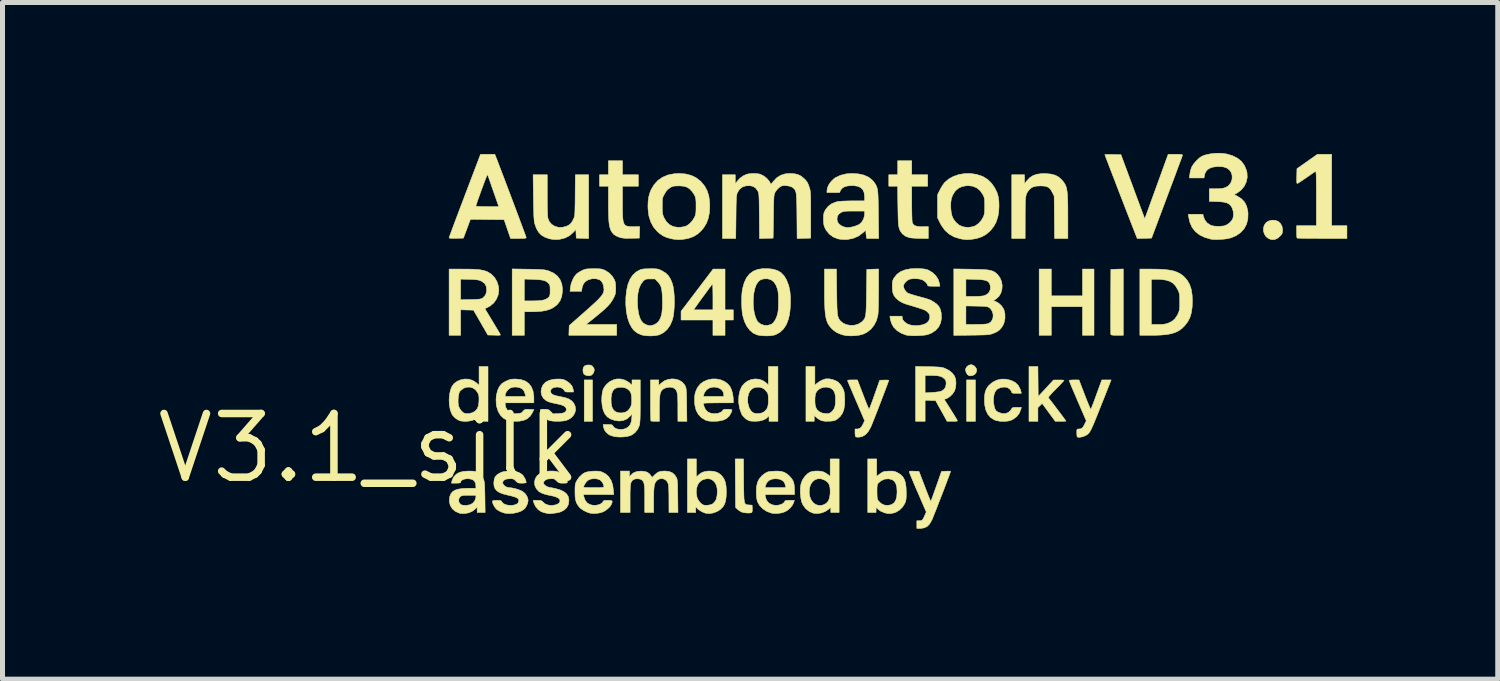
<source format=kicad_pcb>
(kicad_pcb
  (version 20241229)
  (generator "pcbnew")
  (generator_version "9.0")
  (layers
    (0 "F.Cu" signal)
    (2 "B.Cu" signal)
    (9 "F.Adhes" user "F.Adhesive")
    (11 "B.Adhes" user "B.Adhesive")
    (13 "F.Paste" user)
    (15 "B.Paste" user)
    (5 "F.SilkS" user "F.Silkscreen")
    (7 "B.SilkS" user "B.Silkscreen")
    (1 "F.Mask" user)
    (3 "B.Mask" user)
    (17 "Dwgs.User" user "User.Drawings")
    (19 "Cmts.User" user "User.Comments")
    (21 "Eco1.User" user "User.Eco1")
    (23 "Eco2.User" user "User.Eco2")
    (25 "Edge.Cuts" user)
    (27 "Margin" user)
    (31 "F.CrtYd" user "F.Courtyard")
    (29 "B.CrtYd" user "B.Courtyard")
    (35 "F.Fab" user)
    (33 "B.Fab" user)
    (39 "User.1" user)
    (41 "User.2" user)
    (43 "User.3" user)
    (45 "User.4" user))
  (footprint "V3.1_silk"
    (layer "F.Cu")
    (at 4.301 5.881)
    (property "Reference" "V3.1_silk" (at 0 0 0) (layer "F.SilkS") (effects (font (size 1.27 1.27) (thickness 0.15))))
    (attr through_hole)
    (fp_poly (pts (xy 4.458 -0.533) (xy 4.293 -0.533) (xy 4.293 -1.359) (xy 4.458 -1.359) (xy 4.458 -0.533)) (stroke (width 0.01) (type solid)) (fill yes) (layer "F.SilkS"))
    (fp_poly (pts (xy 12.09 -0.533) (xy 11.913 -0.533) (xy 11.913 -1.359) (xy 12.09 -1.359) (xy 12.09 -0.533)) (stroke (width 0.01) (type solid)) (fill yes) (layer "F.SilkS"))
    (fp_poly (pts (xy 13.602 -3.035) (xy 14.224 -3.035) (xy 14.224 -3.569) (xy 14.453 -3.569) (xy 14.453 -2.248) (xy 14.224 -2.248) (xy 14.224 -2.819) (xy 13.602 -2.819) (xy 13.602 -2.248) (xy 13.36 -2.248) (xy 13.36 -3.569) (xy 13.602 -3.569) (xy 13.602 -3.035)) (stroke (width 0.01) (type solid)) (fill yes) (layer "F.SilkS"))
    (fp_poly (pts (xy 12.045 -1.652) (xy 12.082 -1.624) (xy 12.108 -1.585) (xy 12.116 -1.551) (xy 12.104 -1.505) (xy 12.075 -1.469) (xy 12.033 -1.446) (xy 11.985 -1.44) (xy 11.953 -1.448) (xy 11.926 -1.471) (xy 11.905 -1.509) (xy 11.893 -1.551) (xy 11.895 -1.581) (xy 11.916 -1.62) (xy 11.953 -1.65) (xy 11.997 -1.663) (xy 12.004 -1.664) (xy 12.045 -1.652)) (stroke (width 0.01) (type solid)) (fill yes) (layer "F.SilkS"))
    (fp_poly (pts (xy 15.037 -2.248) (xy 14.916 -2.248) (xy 14.852 -2.249) (xy 14.811 -2.253) (xy 14.791 -2.26) (xy 14.789 -2.264) (xy 14.787 -2.279) (xy 14.787 -2.318) (xy 14.786 -2.376) (xy 14.785 -2.453) (xy 14.785 -2.546) (xy 14.785 -2.651) (xy 14.785 -2.767) (xy 14.786 -2.891) (xy 14.786 -2.921) (xy 14.789 -3.562) (xy 15.037 -3.57) (xy 15.037 -2.248)) (stroke (width 0.01) (type solid)) (fill yes) (layer "F.SilkS"))
    (fp_poly (pts (xy 4.418 -1.654) (xy 4.446 -1.641) (xy 4.466 -1.62) (xy 4.488 -1.588) (xy 4.493 -1.555) (xy 4.491 -1.538) (xy 4.472 -1.488) (xy 4.437 -1.454) (xy 4.39 -1.44) (xy 4.337 -1.447) (xy 4.323 -1.453) (xy 4.291 -1.472) (xy 4.274 -1.499) (xy 4.268 -1.542) (xy 4.267 -1.561) (xy 4.276 -1.609) (xy 4.304 -1.641) (xy 4.351 -1.656) (xy 4.378 -1.657) (xy 4.418 -1.654)) (stroke (width 0.01) (type solid)) (fill yes) (layer "F.SilkS"))
    (fp_poly (pts (xy 18.062 -4.541) (xy 18.121 -4.52) (xy 18.167 -4.48) (xy 18.199 -4.424) (xy 18.212 -4.355) (xy 18.212 -4.348) (xy 18.209 -4.304) (xy 18.199 -4.272) (xy 18.176 -4.24) (xy 18.172 -4.235) (xy 18.114 -4.184) (xy 18.054 -4.157) (xy 17.991 -4.155) (xy 17.932 -4.176) (xy 17.882 -4.215) (xy 17.849 -4.266) (xy 17.831 -4.324) (xy 17.83 -4.384) (xy 17.846 -4.441) (xy 17.878 -4.489) (xy 17.925 -4.523) (xy 17.996 -4.543) (xy 18.062 -4.541)) (stroke (width 0.01) (type solid)) (fill yes) (layer "F.SilkS"))
    (fp_poly (pts (xy 7.47 0.646) (xy 7.471 0.769) (xy 7.473 0.869) (xy 7.475 0.949) (xy 7.478 1.01) (xy 7.483 1.055) (xy 7.49 1.087) (xy 7.501 1.109) (xy 7.514 1.121) (xy 7.532 1.128) (xy 7.555 1.131) (xy 7.58 1.133) (xy 7.639 1.137) (xy 7.643 1.205) (xy 7.642 1.255) (xy 7.634 1.281) (xy 7.63 1.284) (xy 7.603 1.292) (xy 7.559 1.294) (xy 7.509 1.291) (xy 7.461 1.283) (xy 7.437 1.277) (xy 7.394 1.255) (xy 7.354 1.225) (xy 7.348 1.22) (xy 7.309 1.181) (xy 7.302 0.216) (xy 7.467 0.216) (xy 7.47 0.646)) (stroke (width 0.01) (type solid)) (fill yes) (layer "F.SilkS"))
    (fp_poly (pts (xy 7.099 -2.756) (xy 7.264 -2.756) (xy 7.264 -2.553) (xy 7.099 -2.553) (xy 7.099 -2.248) (xy 6.858 -2.248) (xy 6.858 -2.553) (xy 6.223 -2.553) (xy 6.223 -2.727) (xy 6.245 -2.756) (xy 6.474 -2.756) (xy 6.858 -2.756) (xy 6.858 -3.019) (xy 6.857 -3.103) (xy 6.856 -3.173) (xy 6.854 -3.226) (xy 6.851 -3.259) (xy 6.847 -3.27) (xy 6.847 -3.27) (xy 6.835 -3.255) (xy 6.812 -3.224) (xy 6.779 -3.18) (xy 6.74 -3.126) (xy 6.696 -3.066) (xy 6.65 -3.004) (xy 6.606 -2.944) (xy 6.566 -2.888) (xy 6.533 -2.841) (xy 6.508 -2.807) (xy 6.497 -2.791) (xy 6.474 -2.756) (xy 6.245 -2.756) (xy 6.543 -3.148) (xy 6.862 -3.569) (xy 7.099 -3.569) (xy 7.099 -2.756)) (stroke (width 0.01) (type solid)) (fill yes) (layer "F.SilkS"))
    (fp_poly (pts (xy 13.341 -1.029) (xy 13.494 -1.193) (xy 13.646 -1.358) (xy 13.751 -1.358) (xy 13.799 -1.358) (xy 13.835 -1.355) (xy 13.854 -1.351) (xy 13.856 -1.35) (xy 13.847 -1.338) (xy 13.823 -1.312) (xy 13.787 -1.273) (xy 13.742 -1.226) (xy 13.695 -1.179) (xy 13.634 -1.117) (xy 13.591 -1.071) (xy 13.562 -1.038) (xy 13.548 -1.016) (xy 13.546 -1.003) (xy 13.547 -1.001) (xy 13.581 -0.956) (xy 13.623 -0.903) (xy 13.668 -0.843) (xy 13.715 -0.781) (xy 13.762 -0.719) (xy 13.805 -0.662) (xy 13.842 -0.612) (xy 13.871 -0.573) (xy 13.889 -0.548) (xy 13.894 -0.54) (xy 13.882 -0.537) (xy 13.851 -0.535) (xy 13.806 -0.533) (xy 13.788 -0.533) (xy 13.682 -0.533) (xy 13.42 -0.89) (xy 13.335 -0.808) (xy 13.335 -0.533) (xy 13.157 -0.533) (xy 13.157 -1.626) (xy 13.335 -1.626) (xy 13.341 -1.029)) (stroke (width 0.01) (type solid)) (fill yes) (layer "F.SilkS"))
    (fp_poly (pts (xy 10.82 -5.448) (xy 11.138 -5.448) (xy 11.138 -5.22) (xy 10.82 -5.22) (xy 10.82 -4.871) (xy 10.821 -4.778) (xy 10.822 -4.692) (xy 10.824 -4.617) (xy 10.826 -4.556) (xy 10.829 -4.513) (xy 10.832 -4.491) (xy 10.833 -4.491) (xy 10.852 -4.457) (xy 10.883 -4.434) (xy 10.928 -4.42) (xy 10.993 -4.414) (xy 11.033 -4.414) (xy 11.151 -4.415) (xy 11.151 -4.178) (xy 10.989 -4.179) (xy 10.919 -4.181) (xy 10.854 -4.185) (xy 10.799 -4.19) (xy 10.765 -4.197) (xy 10.693 -4.225) (xy 10.637 -4.268) (xy 10.608 -4.305) (xy 10.592 -4.329) (xy 10.58 -4.354) (xy 10.57 -4.382) (xy 10.562 -4.417) (xy 10.556 -4.461) (xy 10.552 -4.517) (xy 10.549 -4.589) (xy 10.547 -4.68) (xy 10.545 -4.791) (xy 10.544 -4.829) (xy 10.539 -5.22) (xy 10.363 -5.22) (xy 10.363 -5.448) (xy 10.541 -5.448) (xy 10.541 -5.728) (xy 10.82 -5.728) (xy 10.82 -5.448)) (stroke (width 0.01) (type solid)) (fill yes) (layer "F.SilkS"))
    (fp_poly (pts (xy 5.055 -5.448) (xy 5.372 -5.448) (xy 5.372 -5.22) (xy 5.055 -5.22) (xy 5.055 -4.883) (xy 5.055 -4.762) (xy 5.057 -4.663) (xy 5.061 -4.585) (xy 5.069 -4.525) (xy 5.082 -4.481) (xy 5.1 -4.45) (xy 5.126 -4.431) (xy 5.16 -4.42) (xy 5.204 -4.415) (xy 5.258 -4.414) (xy 5.279 -4.414) (xy 5.398 -4.415) (xy 5.395 -4.3) (xy 5.391 -4.185) (xy 5.226 -4.182) (xy 5.151 -4.181) (xy 5.094 -4.183) (xy 5.051 -4.188) (xy 5.014 -4.196) (xy 4.993 -4.202) (xy 4.928 -4.23) (xy 4.881 -4.261) (xy 4.846 -4.302) (xy 4.828 -4.333) (xy 4.814 -4.367) (xy 4.802 -4.404) (xy 4.793 -4.448) (xy 4.786 -4.503) (xy 4.781 -4.571) (xy 4.778 -4.654) (xy 4.776 -4.757) (xy 4.775 -4.883) (xy 4.775 -4.886) (xy 4.775 -5.22) (xy 4.597 -5.22) (xy 4.597 -5.448) (xy 4.775 -5.448) (xy 4.775 -5.728) (xy 5.055 -5.728) (xy 5.055 -5.448)) (stroke (width 0.01) (type solid)) (fill yes) (layer "F.SilkS"))
    (fp_poly (pts (xy 19.19 -4.432) (xy 19.494 -4.432) (xy 19.494 -4.178) (xy 19.001 -4.178) (xy 18.892 -4.179) (xy 18.79 -4.179) (xy 18.7 -4.18) (xy 18.623 -4.181) (xy 18.562 -4.183) (xy 18.52 -4.184) (xy 18.501 -4.186) (xy 18.5 -4.187) (xy 18.496 -4.202) (xy 18.493 -4.237) (xy 18.491 -4.285) (xy 18.491 -4.314) (xy 18.491 -4.432) (xy 18.885 -4.432) (xy 18.885 -4.979) (xy 18.885 -5.116) (xy 18.884 -5.229) (xy 18.883 -5.32) (xy 18.882 -5.392) (xy 18.881 -5.445) (xy 18.878 -5.483) (xy 18.875 -5.506) (xy 18.872 -5.516) (xy 18.869 -5.517) (xy 18.853 -5.507) (xy 18.821 -5.485) (xy 18.776 -5.454) (xy 18.722 -5.416) (xy 18.691 -5.395) (xy 18.633 -5.355) (xy 18.582 -5.321) (xy 18.542 -5.294) (xy 18.516 -5.278) (xy 18.509 -5.275) (xy 18.501 -5.275) (xy 18.496 -5.285) (xy 18.493 -5.309) (xy 18.493 -5.35) (xy 18.494 -5.413) (xy 18.494 -5.418) (xy 18.498 -5.569) (xy 18.904 -5.855) (xy 19.19 -5.855) (xy 19.19 -4.432)) (stroke (width 0.01) (type solid)) (fill yes) (layer "F.SilkS"))
    (fp_poly (pts (xy 13.499 -5.471) (xy 13.597 -5.461) (xy 13.677 -5.44) (xy 13.743 -5.406) (xy 13.8 -5.357) (xy 13.804 -5.353) (xy 13.834 -5.319) (xy 13.859 -5.286) (xy 13.879 -5.252) (xy 13.896 -5.213) (xy 13.908 -5.168) (xy 13.917 -5.113) (xy 13.924 -5.046) (xy 13.928 -4.964) (xy 13.931 -4.865) (xy 13.932 -4.745) (xy 13.932 -4.622) (xy 13.932 -4.178) (xy 13.667 -4.178) (xy 13.663 -4.601) (xy 13.659 -5.023) (xy 13.621 -5.099) (xy 13.589 -5.153) (xy 13.555 -5.19) (xy 13.512 -5.212) (xy 13.455 -5.223) (xy 13.386 -5.226) (xy 13.306 -5.222) (xy 13.244 -5.208) (xy 13.196 -5.182) (xy 13.155 -5.141) (xy 13.149 -5.134) (xy 13.132 -5.11) (xy 13.117 -5.087) (xy 13.106 -5.061) (xy 13.098 -5.031) (xy 13.091 -4.993) (xy 13.087 -4.944) (xy 13.084 -4.881) (xy 13.083 -4.801) (xy 13.082 -4.702) (xy 13.082 -4.588) (xy 13.081 -4.178) (xy 12.814 -4.178) (xy 12.814 -5.448) (xy 13.068 -5.448) (xy 13.068 -5.269) (xy 13.11 -5.323) (xy 13.169 -5.386) (xy 13.237 -5.431) (xy 13.317 -5.459) (xy 13.413 -5.471) (xy 13.499 -5.471)) (stroke (width 0.01) (type solid)) (fill yes) (layer "F.SilkS"))
    (fp_poly (pts (xy 16.138 -5.855) (xy 16.179 -5.854) (xy 16.203 -5.851) (xy 16.214 -5.845) (xy 16.215 -5.837) (xy 16.213 -5.826) (xy 16.207 -5.81) (xy 16.194 -5.771) (xy 16.172 -5.713) (xy 16.144 -5.638) (xy 16.11 -5.546) (xy 16.071 -5.441) (xy 16.028 -5.325) (xy 15.98 -5.199) (xy 15.93 -5.065) (xy 15.902 -4.991) (xy 15.6 -4.185) (xy 15.315 -4.177) (xy 15.295 -4.226) (xy 15.286 -4.249) (xy 15.269 -4.292) (xy 15.245 -4.354) (xy 15.215 -4.431) (xy 15.18 -4.521) (xy 15.141 -4.621) (xy 15.098 -4.731) (xy 15.054 -4.846) (xy 15.008 -4.965) (xy 14.961 -5.085) (xy 14.915 -5.204) (xy 14.871 -5.321) (xy 14.828 -5.431) (xy 14.789 -5.533) (xy 14.753 -5.625) (xy 14.723 -5.705) (xy 14.698 -5.769) (xy 14.681 -5.816) (xy 14.671 -5.843) (xy 14.668 -5.849) (xy 14.68 -5.851) (xy 14.713 -5.852) (xy 14.761 -5.853) (xy 14.821 -5.852) (xy 14.829 -5.852) (xy 14.99 -5.848) (xy 15.12 -5.499) (xy 15.16 -5.39) (xy 15.205 -5.271) (xy 15.25 -5.148) (xy 15.294 -5.029) (xy 15.334 -4.922) (xy 15.357 -4.86) (xy 15.465 -4.57) (xy 15.931 -5.855) (xy 16.076 -5.855) (xy 16.138 -5.855)) (stroke (width 0.01) (type solid)) (fill yes) (layer "F.SilkS"))
    (fp_poly (pts (xy 3.178 -3.566) (xy 3.279 -3.564) (xy 3.359 -3.562) (xy 3.421 -3.559) (xy 3.469 -3.556) (xy 3.506 -3.551) (xy 3.537 -3.545) (xy 3.565 -3.538) (xy 3.581 -3.533) (xy 3.679 -3.49) (xy 3.755 -3.433) (xy 3.81 -3.361) (xy 3.845 -3.275) (xy 3.859 -3.175) (xy 3.858 -3.12) (xy 3.844 -3.02) (xy 3.812 -2.938) (xy 3.762 -2.869) (xy 3.73 -2.84) (xy 3.671 -2.798) (xy 3.606 -2.766) (xy 3.531 -2.743) (xy 3.444 -2.728) (xy 3.338 -2.72) (xy 3.242 -2.718) (xy 3.099 -2.718) (xy 3.099 -2.248) (xy 2.857 -2.248) (xy 2.857 -2.934) (xy 3.099 -2.934) (xy 3.262 -2.934) (xy 3.36 -2.936) (xy 3.437 -2.942) (xy 3.488 -2.953) (xy 3.532 -2.97) (xy 3.57 -2.993) (xy 3.582 -3.004) (xy 3.598 -3.023) (xy 3.607 -3.045) (xy 3.612 -3.075) (xy 3.613 -3.122) (xy 3.613 -3.143) (xy 3.612 -3.197) (xy 3.609 -3.232) (xy 3.602 -3.256) (xy 3.588 -3.276) (xy 3.581 -3.284) (xy 3.553 -3.31) (xy 3.521 -3.329) (xy 3.481 -3.343) (xy 3.427 -3.353) (xy 3.357 -3.359) (xy 3.28 -3.363) (xy 3.099 -3.369) (xy 3.099 -2.934) (xy 2.857 -2.934) (xy 2.857 -3.571) (xy 3.178 -3.566)) (stroke (width 0.01) (type solid)) (fill yes) (layer "F.SilkS"))
    (fp_poly (pts (xy 3.556 -5.041) (xy 3.557 -4.904) (xy 3.558 -4.789) (xy 3.561 -4.697) (xy 3.564 -4.629) (xy 3.569 -4.586) (xy 3.571 -4.576) (xy 3.599 -4.51) (xy 3.646 -4.458) (xy 3.707 -4.421) (xy 3.777 -4.401) (xy 3.853 -4.4) (xy 3.93 -4.418) (xy 3.962 -4.432) (xy 4.005 -4.458) (xy 4.037 -4.491) (xy 4.065 -4.537) (xy 4.079 -4.566) (xy 4.087 -4.584) (xy 4.094 -4.603) (xy 4.099 -4.624) (xy 4.103 -4.651) (xy 4.106 -4.688) (xy 4.108 -4.736) (xy 4.109 -4.799) (xy 4.111 -4.88) (xy 4.112 -4.983) (xy 4.112 -5.039) (xy 4.116 -5.448) (xy 4.381 -5.448) (xy 4.381 -4.177) (xy 4.258 -4.181) (xy 4.134 -4.185) (xy 4.13 -4.271) (xy 4.126 -4.358) (xy 4.075 -4.301) (xy 4.001 -4.235) (xy 3.912 -4.189) (xy 3.81 -4.163) (xy 3.764 -4.158) (xy 3.671 -4.159) (xy 3.597 -4.172) (xy 3.508 -4.204) (xy 3.437 -4.247) (xy 3.383 -4.304) (xy 3.34 -4.378) (xy 3.306 -4.474) (xy 3.3 -4.498) (xy 3.296 -4.532) (xy 3.292 -4.577) (xy 3.288 -4.636) (xy 3.286 -4.712) (xy 3.283 -4.807) (xy 3.281 -4.923) (xy 3.28 -4.994) (xy 3.274 -5.448) (xy 3.556 -5.448) (xy 3.556 -5.041)) (stroke (width 0.01) (type solid)) (fill yes) (layer "F.SilkS"))
    (fp_poly (pts (xy 6.117 -1.374) (xy 6.187 -1.352) (xy 6.248 -1.314) (xy 6.293 -1.262) (xy 6.302 -1.246) (xy 6.311 -1.227) (xy 6.318 -1.207) (xy 6.323 -1.184) (xy 6.327 -1.154) (xy 6.33 -1.113) (xy 6.332 -1.057) (xy 6.333 -0.985) (xy 6.334 -0.891) (xy 6.335 -0.86) (xy 6.339 -0.533) (xy 6.16 -0.533) (xy 6.159 -0.797) (xy 6.159 -0.9) (xy 6.157 -0.981) (xy 6.153 -1.044) (xy 6.147 -1.091) (xy 6.138 -1.126) (xy 6.126 -1.153) (xy 6.109 -1.174) (xy 6.101 -1.182) (xy 6.059 -1.206) (xy 6.004 -1.215) (xy 5.944 -1.209) (xy 5.888 -1.189) (xy 5.873 -1.18) (xy 5.848 -1.161) (xy 5.829 -1.138) (xy 5.814 -1.109) (xy 5.804 -1.069) (xy 5.797 -1.016) (xy 5.793 -0.947) (xy 5.791 -0.857) (xy 5.791 -0.781) (xy 5.791 -0.533) (xy 5.711 -0.533) (xy 5.668 -0.535) (xy 5.635 -0.538) (xy 5.622 -0.542) (xy 5.62 -0.556) (xy 5.618 -0.593) (xy 5.616 -0.649) (xy 5.615 -0.721) (xy 5.614 -0.805) (xy 5.613 -0.9) (xy 5.613 -0.955) (xy 5.613 -1.359) (xy 5.779 -1.359) (xy 5.779 -1.249) (xy 5.83 -1.297) (xy 5.892 -1.342) (xy 5.964 -1.369) (xy 6.041 -1.38) (xy 6.117 -1.374)) (stroke (width 0.01) (type solid)) (fill yes) (layer "F.SilkS"))
    (fp_poly (pts (xy 11.154 -1.623) (xy 11.243 -1.621) (xy 11.312 -1.618) (xy 11.364 -1.615) (xy 11.403 -1.611) (xy 11.435 -1.605) (xy 11.463 -1.597) (xy 11.486 -1.588) (xy 11.564 -1.548) (xy 11.628 -1.496) (xy 11.673 -1.436) (xy 11.678 -1.425) (xy 11.697 -1.365) (xy 11.702 -1.292) (xy 11.696 -1.217) (xy 11.678 -1.151) (xy 11.673 -1.139) (xy 11.635 -1.081) (xy 11.584 -1.03) (xy 11.528 -0.993) (xy 11.508 -0.985) (xy 11.468 -0.972) (xy 11.597 -0.768) (xy 11.637 -0.704) (xy 11.673 -0.646) (xy 11.702 -0.598) (xy 11.722 -0.565) (xy 11.731 -0.549) (xy 11.731 -0.549) (xy 11.728 -0.541) (xy 11.708 -0.536) (xy 11.668 -0.534) (xy 11.631 -0.534) (xy 11.525 -0.534) (xy 11.296 -0.946) (xy 11.087 -0.954) (xy 11.087 -0.533) (xy 10.897 -0.533) (xy 10.897 -1.101) (xy 11.087 -1.101) (xy 11.226 -1.109) (xy 11.288 -1.114) (xy 11.345 -1.121) (xy 11.389 -1.129) (xy 11.408 -1.135) (xy 11.462 -1.168) (xy 11.494 -1.216) (xy 11.506 -1.279) (xy 11.506 -1.285) (xy 11.503 -1.329) (xy 11.492 -1.359) (xy 11.47 -1.384) (xy 11.435 -1.411) (xy 11.392 -1.43) (xy 11.334 -1.442) (xy 11.259 -1.447) (xy 11.211 -1.448) (xy 11.087 -1.448) (xy 11.087 -1.101) (xy 10.897 -1.101) (xy 10.897 -1.628) (xy 11.154 -1.623)) (stroke (width 0.01) (type solid)) (fill yes) (layer "F.SilkS"))
    (fp_poly (pts (xy 9.373 1.283) (xy 9.207 1.283) (xy 9.207 1.178) (xy 9.158 1.223) (xy 9.097 1.263) (xy 9.024 1.291) (xy 8.945 1.304) (xy 8.872 1.3) (xy 8.858 1.297) (xy 8.78 1.264) (xy 8.711 1.21) (xy 8.657 1.14) (xy 8.629 1.081) (xy 8.619 1.041) (xy 8.609 0.986) (xy 8.603 0.925) (xy 8.601 0.904) (xy 8.601 0.892) (xy 8.777 0.892) (xy 8.79 0.97) (xy 8.818 1.037) (xy 8.858 1.09) (xy 8.91 1.126) (xy 8.969 1.143) (xy 9.036 1.138) (xy 9.064 1.129) (xy 9.118 1.1) (xy 9.156 1.057) (xy 9.181 0.997) (xy 9.193 0.919) (xy 9.195 0.864) (xy 9.191 0.788) (xy 9.177 0.732) (xy 9.152 0.689) (xy 9.111 0.654) (xy 9.086 0.639) (xy 9.019 0.613) (xy 8.953 0.61) (xy 8.894 0.629) (xy 8.843 0.669) (xy 8.805 0.726) (xy 8.782 0.799) (xy 8.782 0.803) (xy 8.777 0.892) (xy 8.601 0.892) (xy 8.6 0.802) (xy 8.612 0.717) (xy 8.638 0.644) (xy 8.679 0.579) (xy 8.702 0.552) (xy 8.746 0.509) (xy 8.788 0.481) (xy 8.836 0.465) (xy 8.897 0.458) (xy 8.945 0.457) (xy 9.009 0.461) (xy 9.063 0.475) (xy 9.115 0.503) (xy 9.154 0.53) (xy 9.195 0.562) (xy 9.195 0.216) (xy 9.373 0.216) (xy 9.373 1.283)) (stroke (width 0.01) (type solid)) (fill yes) (layer "F.SilkS"))
    (fp_poly (pts (xy 10.866 0.46) (xy 10.965 0.464) (xy 11.08 0.765) (xy 11.111 0.846) (xy 11.139 0.918) (xy 11.164 0.979) (xy 11.183 1.025) (xy 11.196 1.052) (xy 11.201 1.059) (xy 11.207 1.046) (xy 11.22 1.012) (xy 11.239 0.96) (xy 11.262 0.895) (xy 11.289 0.819) (xy 11.311 0.758) (xy 11.414 0.464) (xy 11.504 0.46) (xy 11.549 0.459) (xy 11.581 0.46) (xy 11.595 0.463) (xy 11.595 0.463) (xy 11.591 0.478) (xy 11.578 0.513) (xy 11.559 0.566) (xy 11.533 0.633) (xy 11.504 0.712) (xy 11.471 0.798) (xy 11.436 0.89) (xy 11.399 0.984) (xy 11.363 1.077) (xy 11.329 1.166) (xy 11.297 1.248) (xy 11.268 1.319) (xy 11.245 1.377) (xy 11.228 1.419) (xy 11.218 1.441) (xy 11.176 1.512) (xy 11.13 1.56) (xy 11.075 1.588) (xy 11.007 1.6) (xy 10.986 1.6) (xy 10.922 1.6) (xy 10.922 1.448) (xy 10.971 1.448) (xy 11.002 1.446) (xy 11.023 1.438) (xy 11.041 1.419) (xy 11.06 1.384) (xy 11.078 1.345) (xy 11.11 1.273) (xy 10.946 0.894) (xy 10.905 0.801) (xy 10.868 0.714) (xy 10.836 0.637) (xy 10.809 0.573) (xy 10.789 0.524) (xy 10.777 0.493) (xy 10.774 0.485) (xy 10.771 0.471) (xy 10.776 0.462) (xy 10.792 0.459) (xy 10.825 0.458) (xy 10.866 0.46)) (stroke (width 0.01) (type solid)) (fill yes) (layer "F.SilkS"))
    (fp_poly (pts (xy 15.611 -3.568) (xy 15.751 -3.566) (xy 15.868 -3.559) (xy 15.967 -3.546) (xy 16.05 -3.528) (xy 16.12 -3.502) (xy 16.181 -3.469) (xy 16.235 -3.428) (xy 16.246 -3.418) (xy 16.31 -3.346) (xy 16.358 -3.263) (xy 16.391 -3.165) (xy 16.409 -3.05) (xy 16.414 -2.934) (xy 16.409 -2.806) (xy 16.393 -2.697) (xy 16.365 -2.603) (xy 16.322 -2.52) (xy 16.264 -2.444) (xy 16.255 -2.434) (xy 16.201 -2.381) (xy 16.14 -2.338) (xy 16.072 -2.305) (xy 15.992 -2.28) (xy 15.898 -2.263) (xy 15.786 -2.253) (xy 15.653 -2.248) (xy 15.594 -2.248) (xy 15.367 -2.248) (xy 15.367 -2.464) (xy 15.596 -2.464) (xy 15.728 -2.464) (xy 15.8 -2.465) (xy 15.855 -2.47) (xy 15.9 -2.48) (xy 15.933 -2.491) (xy 16.007 -2.527) (xy 16.064 -2.575) (xy 16.109 -2.641) (xy 16.124 -2.67) (xy 16.139 -2.704) (xy 16.15 -2.734) (xy 16.156 -2.766) (xy 16.159 -2.806) (xy 16.161 -2.859) (xy 16.161 -2.915) (xy 16.16 -2.983) (xy 16.159 -3.032) (xy 16.155 -3.069) (xy 16.148 -3.098) (xy 16.137 -3.128) (xy 16.12 -3.163) (xy 16.118 -3.166) (xy 16.077 -3.234) (xy 16.026 -3.287) (xy 15.962 -3.325) (xy 15.882 -3.349) (xy 15.784 -3.362) (xy 15.694 -3.365) (xy 15.596 -3.365) (xy 15.596 -2.464) (xy 15.367 -2.464) (xy 15.367 -3.569) (xy 15.611 -3.568)) (stroke (width 0.01) (type solid)) (fill yes) (layer "F.SilkS"))
    (fp_poly (pts (xy 1.864 -3.568) (xy 1.984 -3.568) (xy 2.083 -3.565) (xy 2.164 -3.56) (xy 2.229 -3.552) (xy 2.284 -3.541) (xy 2.332 -3.527) (xy 2.365 -3.514) (xy 2.442 -3.466) (xy 2.507 -3.399) (xy 2.554 -3.318) (xy 2.583 -3.227) (xy 2.591 -3.146) (xy 2.578 -3.054) (xy 2.543 -2.969) (xy 2.489 -2.893) (xy 2.419 -2.834) (xy 2.382 -2.813) (xy 2.313 -2.779) (xy 2.458 -2.539) (xy 2.501 -2.467) (xy 2.54 -2.402) (xy 2.574 -2.346) (xy 2.599 -2.303) (xy 2.614 -2.277) (xy 2.617 -2.273) (xy 2.622 -2.261) (xy 2.619 -2.254) (xy 2.606 -2.25) (xy 2.576 -2.249) (xy 2.527 -2.25) (xy 2.501 -2.251) (xy 2.372 -2.254) (xy 2.229 -2.502) (xy 2.086 -2.75) (xy 1.957 -2.753) (xy 1.829 -2.757) (xy 1.829 -2.248) (xy 1.6 -2.248) (xy 1.6 -2.957) (xy 1.829 -2.957) (xy 2.029 -2.961) (xy 2.109 -2.963) (xy 2.167 -2.966) (xy 2.208 -2.97) (xy 2.237 -2.976) (xy 2.257 -2.984) (xy 2.265 -2.988) (xy 2.313 -3.034) (xy 2.342 -3.095) (xy 2.349 -3.156) (xy 2.34 -3.223) (xy 2.312 -3.276) (xy 2.262 -3.317) (xy 2.24 -3.329) (xy 2.211 -3.341) (xy 2.181 -3.35) (xy 2.145 -3.356) (xy 2.097 -3.36) (xy 2.03 -3.363) (xy 2.003 -3.363) (xy 1.829 -3.368) (xy 1.829 -2.957) (xy 1.6 -2.957) (xy 1.6 -3.569) (xy 1.864 -3.568)) (stroke (width 0.01) (type solid)) (fill yes) (layer "F.SilkS"))
    (fp_poly (pts (xy 9.85 -1.067) (xy 9.881 -0.986) (xy 9.909 -0.914) (xy 9.934 -0.854) (xy 9.953 -0.809) (xy 9.966 -0.781) (xy 9.97 -0.775) (xy 9.977 -0.786) (xy 9.99 -0.818) (xy 10.009 -0.868) (xy 10.033 -0.932) (xy 10.06 -1.007) (xy 10.08 -1.064) (xy 10.182 -1.353) (xy 10.273 -1.356) (xy 10.317 -1.357) (xy 10.349 -1.355) (xy 10.363 -1.352) (xy 10.363 -1.352) (xy 10.359 -1.337) (xy 10.346 -1.301) (xy 10.327 -1.248) (xy 10.302 -1.182) (xy 10.272 -1.104) (xy 10.239 -1.018) (xy 10.205 -0.927) (xy 10.169 -0.835) (xy 10.134 -0.744) (xy 10.1 -0.657) (xy 10.069 -0.579) (xy 10.042 -0.512) (xy 10.021 -0.458) (xy 10.005 -0.422) (xy 10.001 -0.413) (xy 9.954 -0.33) (xy 9.9 -0.27) (xy 9.839 -0.233) (xy 9.831 -0.23) (xy 9.778 -0.219) (xy 9.728 -0.219) (xy 9.706 -0.224) (xy 9.696 -0.241) (xy 9.691 -0.281) (xy 9.69 -0.306) (xy 9.69 -0.381) (xy 9.735 -0.381) (xy 9.777 -0.389) (xy 9.813 -0.416) (xy 9.844 -0.465) (xy 9.856 -0.491) (xy 9.881 -0.548) (xy 9.715 -0.934) (xy 9.675 -1.028) (xy 9.638 -1.114) (xy 9.606 -1.191) (xy 9.578 -1.254) (xy 9.558 -1.302) (xy 9.546 -1.332) (xy 9.542 -1.34) (xy 9.542 -1.349) (xy 9.555 -1.355) (xy 9.583 -1.358) (xy 9.632 -1.359) (xy 9.636 -1.359) (xy 9.738 -1.359) (xy 9.85 -1.067)) (stroke (width 0.01) (type solid)) (fill yes) (layer "F.SilkS"))
    (fp_poly (pts (xy 8.153 -0.533) (xy 7.976 -0.533) (xy 7.976 -0.593) (xy 7.975 -0.629) (xy 7.972 -0.642) (xy 7.965 -0.637) (xy 7.955 -0.624) (xy 7.915 -0.586) (xy 7.856 -0.558) (xy 7.784 -0.54) (xy 7.709 -0.535) (xy 7.659 -0.536) (xy 7.616 -0.539) (xy 7.59 -0.542) (xy 7.588 -0.543) (xy 7.542 -0.564) (xy 7.494 -0.599) (xy 7.452 -0.643) (xy 7.431 -0.676) (xy 7.389 -0.792) (xy 7.37 -0.916) (xy 7.37 -0.922) (xy 7.552 -0.922) (xy 7.557 -0.882) (xy 7.579 -0.805) (xy 7.616 -0.743) (xy 7.657 -0.706) (xy 7.697 -0.692) (xy 7.75 -0.688) (xy 7.806 -0.694) (xy 7.854 -0.709) (xy 7.871 -0.72) (xy 7.911 -0.754) (xy 7.938 -0.792) (xy 7.954 -0.838) (xy 7.962 -0.899) (xy 7.963 -0.953) (xy 7.962 -1.012) (xy 7.959 -1.054) (xy 7.953 -1.083) (xy 7.942 -1.106) (xy 7.934 -1.118) (xy 7.889 -1.17) (xy 7.837 -1.201) (xy 7.778 -1.215) (xy 7.707 -1.212) (xy 7.648 -1.189) (xy 7.601 -1.146) (xy 7.569 -1.085) (xy 7.552 -1.01) (xy 7.552 -0.922) (xy 7.37 -0.922) (xy 7.375 -1.042) (xy 7.398 -1.148) (xy 7.433 -1.227) (xy 7.485 -1.29) (xy 7.55 -1.337) (xy 7.623 -1.368) (xy 7.702 -1.379) (xy 7.781 -1.372) (xy 7.857 -1.344) (xy 7.926 -1.295) (xy 7.933 -1.288) (xy 7.963 -1.258) (xy 7.963 -1.626) (xy 8.153 -1.626) (xy 8.153 -0.533)) (stroke (width 0.01) (type solid)) (fill yes) (layer "F.SilkS"))
    (fp_poly (pts (xy 12.702 -1.374) (xy 12.799 -1.35) (xy 12.807 -1.347) (xy 12.885 -1.306) (xy 12.942 -1.251) (xy 12.981 -1.179) (xy 12.997 -1.127) (xy 13.005 -1.092) (xy 12.91 -1.092) (xy 12.859 -1.093) (xy 12.829 -1.097) (xy 12.816 -1.105) (xy 12.814 -1.11) (xy 12.804 -1.14) (xy 12.777 -1.172) (xy 12.741 -1.199) (xy 12.704 -1.214) (xy 12.703 -1.214) (xy 12.65 -1.216) (xy 12.592 -1.205) (xy 12.541 -1.185) (xy 12.513 -1.166) (xy 12.48 -1.12) (xy 12.459 -1.056) (xy 12.449 -0.981) (xy 12.451 -0.9) (xy 12.467 -0.819) (xy 12.469 -0.813) (xy 12.484 -0.771) (xy 12.502 -0.744) (xy 12.529 -0.724) (xy 12.547 -0.714) (xy 12.618 -0.69) (xy 12.683 -0.688) (xy 12.742 -0.708) (xy 12.789 -0.75) (xy 12.801 -0.768) (xy 12.817 -0.792) (xy 12.832 -0.805) (xy 12.854 -0.811) (xy 12.891 -0.813) (xy 12.917 -0.813) (xy 13.005 -0.813) (xy 12.997 -0.778) (xy 12.965 -0.696) (xy 12.912 -0.627) (xy 12.839 -0.574) (xy 12.804 -0.557) (xy 12.74 -0.539) (xy 12.662 -0.532) (xy 12.581 -0.535) (xy 12.506 -0.549) (xy 12.462 -0.565) (xy 12.391 -0.611) (xy 12.335 -0.677) (xy 12.296 -0.762) (xy 12.274 -0.864) (xy 12.269 -0.953) (xy 12.272 -1.044) (xy 12.284 -1.116) (xy 12.307 -1.176) (xy 12.342 -1.23) (xy 12.359 -1.25) (xy 12.43 -1.312) (xy 12.513 -1.354) (xy 12.605 -1.375) (xy 12.702 -1.374)) (stroke (width 0.01) (type solid)) (fill yes) (layer "F.SilkS"))
    (fp_poly (pts (xy 14.771 -1.299) (xy 14.761 -1.272) (xy 14.742 -1.226) (xy 14.717 -1.162) (xy 14.687 -1.085) (xy 14.652 -0.997) (xy 14.614 -0.902) (xy 14.588 -0.837) (xy 14.539 -0.712) (xy 14.497 -0.608) (xy 14.463 -0.524) (xy 14.434 -0.456) (xy 14.41 -0.403) (xy 14.39 -0.362) (xy 14.373 -0.331) (xy 14.357 -0.308) (xy 14.342 -0.291) (xy 14.327 -0.276) (xy 14.326 -0.275) (xy 14.288 -0.251) (xy 14.241 -0.231) (xy 14.193 -0.219) (xy 14.151 -0.215) (xy 14.122 -0.221) (xy 14.118 -0.224) (xy 14.114 -0.241) (xy 14.111 -0.274) (xy 14.11 -0.307) (xy 14.11 -0.348) (xy 14.114 -0.37) (xy 14.124 -0.379) (xy 14.143 -0.381) (xy 14.147 -0.381) (xy 14.185 -0.384) (xy 14.212 -0.397) (xy 14.236 -0.423) (xy 14.262 -0.469) (xy 14.262 -0.47) (xy 14.299 -0.544) (xy 14.128 -0.939) (xy 14.088 -1.033) (xy 14.051 -1.12) (xy 14.018 -1.196) (xy 13.992 -1.26) (xy 13.972 -1.308) (xy 13.96 -1.338) (xy 13.957 -1.347) (xy 13.969 -1.352) (xy 14 -1.357) (xy 14.045 -1.359) (xy 14.056 -1.359) (xy 14.154 -1.358) (xy 14.268 -1.06) (xy 14.299 -0.98) (xy 14.328 -0.908) (xy 14.353 -0.848) (xy 14.372 -0.804) (xy 14.385 -0.778) (xy 14.39 -0.772) (xy 14.396 -0.786) (xy 14.41 -0.82) (xy 14.43 -0.872) (xy 14.455 -0.937) (xy 14.483 -1.013) (xy 14.503 -1.07) (xy 14.609 -1.359) (xy 14.795 -1.359) (xy 14.771 -1.299)) (stroke (width 0.01) (type solid)) (fill yes) (layer "F.SilkS"))
    (fp_poly (pts (xy 2.375 -0.532) (xy 2.203 -0.54) (xy 2.197 -0.589) (xy 2.191 -0.638) (xy 2.165 -0.609) (xy 2.121 -0.576) (xy 2.06 -0.552) (xy 1.987 -0.537) (xy 1.911 -0.532) (xy 1.837 -0.54) (xy 1.81 -0.547) (xy 1.764 -0.569) (xy 1.716 -0.605) (xy 1.675 -0.648) (xy 1.655 -0.677) (xy 1.623 -0.761) (xy 1.605 -0.859) (xy 1.602 -0.92) (xy 1.779 -0.92) (xy 1.783 -0.865) (xy 1.79 -0.833) (xy 1.813 -0.785) (xy 1.845 -0.741) (xy 1.88 -0.708) (xy 1.898 -0.698) (xy 1.951 -0.687) (xy 2.013 -0.691) (xy 2.071 -0.709) (xy 2.076 -0.711) (xy 2.127 -0.744) (xy 2.162 -0.787) (xy 2.184 -0.844) (xy 2.194 -0.919) (xy 2.195 -0.939) (xy 2.196 -0.996) (xy 2.193 -1.037) (xy 2.185 -1.07) (xy 2.171 -1.102) (xy 2.169 -1.105) (xy 2.128 -1.161) (xy 2.074 -1.198) (xy 2.013 -1.216) (xy 1.949 -1.214) (xy 1.887 -1.192) (xy 1.831 -1.15) (xy 1.811 -1.127) (xy 1.797 -1.093) (xy 1.786 -1.042) (xy 1.78 -0.982) (xy 1.779 -0.92) (xy 1.602 -0.92) (xy 1.6 -0.963) (xy 1.608 -1.067) (xy 1.629 -1.162) (xy 1.655 -1.227) (xy 1.699 -1.286) (xy 1.76 -1.331) (xy 1.833 -1.362) (xy 1.911 -1.377) (xy 1.99 -1.374) (xy 2.063 -1.351) (xy 2.07 -1.348) (xy 2.112 -1.323) (xy 2.151 -1.295) (xy 2.162 -1.285) (xy 2.197 -1.253) (xy 2.197 -1.626) (xy 2.375 -1.626) (xy 2.375 -0.532)) (stroke (width 0.01) (type solid)) (fill yes) (layer "F.SilkS"))
    (fp_poly (pts (xy 6.528 0.576) (xy 6.569 0.537) (xy 6.623 0.495) (xy 6.684 0.47) (xy 6.758 0.458) (xy 6.797 0.457) (xy 6.88 0.464) (xy 6.947 0.485) (xy 7.004 0.522) (xy 7.038 0.556) (xy 7.077 0.61) (xy 7.103 0.673) (xy 7.119 0.75) (xy 7.125 0.847) (xy 7.125 0.865) (xy 7.122 0.963) (xy 7.112 1.041) (xy 7.095 1.103) (xy 7.069 1.154) (xy 7.056 1.172) (xy 7.002 1.226) (xy 6.934 1.267) (xy 6.858 1.294) (xy 6.78 1.305) (xy 6.709 1.297) (xy 6.691 1.291) (xy 6.635 1.266) (xy 6.583 1.234) (xy 6.544 1.202) (xy 6.534 1.19) (xy 6.523 1.175) (xy 6.517 1.177) (xy 6.515 1.198) (xy 6.515 1.223) (xy 6.515 1.283) (xy 6.35 1.283) (xy 6.35 0.889) (xy 6.526 0.889) (xy 6.54 0.977) (xy 6.542 0.984) (xy 6.562 1.03) (xy 6.596 1.077) (xy 6.635 1.115) (xy 6.661 1.131) (xy 6.701 1.14) (xy 6.752 1.139) (xy 6.804 1.13) (xy 6.846 1.115) (xy 6.855 1.109) (xy 6.896 1.069) (xy 6.924 1.019) (xy 6.939 0.953) (xy 6.944 0.9) (xy 6.943 0.811) (xy 6.927 0.739) (xy 6.895 0.682) (xy 6.863 0.648) (xy 6.809 0.617) (xy 6.747 0.609) (xy 6.677 0.623) (xy 6.642 0.638) (xy 6.59 0.678) (xy 6.552 0.736) (xy 6.531 0.807) (xy 6.526 0.889) (xy 6.35 0.889) (xy 6.35 0.216) (xy 6.528 0.216) (xy 6.528 0.576)) (stroke (width 0.01) (type solid)) (fill yes) (layer "F.SilkS"))
    (fp_poly (pts (xy 8.89 -1.253) (xy 8.925 -1.286) (xy 8.976 -1.324) (xy 9.038 -1.357) (xy 9.097 -1.378) (xy 9.109 -1.38) (xy 9.172 -1.381) (xy 9.242 -1.367) (xy 9.309 -1.341) (xy 9.351 -1.317) (xy 9.401 -1.266) (xy 9.442 -1.202) (xy 9.459 -1.165) (xy 9.47 -1.132) (xy 9.477 -1.094) (xy 9.482 -1.045) (xy 9.485 -0.983) (xy 9.483 -0.868) (xy 9.469 -0.774) (xy 9.44 -0.696) (xy 9.396 -0.632) (xy 9.337 -0.579) (xy 9.335 -0.578) (xy 9.304 -0.559) (xy 9.273 -0.547) (xy 9.234 -0.54) (xy 9.178 -0.536) (xy 9.176 -0.536) (xy 9.097 -0.535) (xy 9.034 -0.544) (xy 8.983 -0.565) (xy 8.935 -0.599) (xy 8.926 -0.606) (xy 8.877 -0.651) (xy 8.877 -0.533) (xy 8.712 -0.533) (xy 8.712 -0.939) (xy 8.891 -0.939) (xy 8.894 -0.878) (xy 8.902 -0.829) (xy 8.903 -0.825) (xy 8.931 -0.767) (xy 8.979 -0.724) (xy 9.044 -0.697) (xy 9.121 -0.687) (xy 9.165 -0.69) (xy 9.198 -0.704) (xy 9.225 -0.725) (xy 9.26 -0.763) (xy 9.284 -0.81) (xy 9.297 -0.869) (xy 9.301 -0.947) (xy 9.301 -0.965) (xy 9.297 -1.048) (xy 9.282 -1.111) (xy 9.256 -1.156) (xy 9.216 -1.188) (xy 9.189 -1.201) (xy 9.12 -1.216) (xy 9.052 -1.21) (xy 8.99 -1.186) (xy 8.939 -1.146) (xy 8.908 -1.097) (xy 8.898 -1.057) (xy 8.892 -1.002) (xy 8.891 -0.939) (xy 8.712 -0.939) (xy 8.712 -1.626) (xy 8.89 -1.626) (xy 8.89 -1.253)) (stroke (width 0.01) (type solid)) (fill yes) (layer "F.SilkS"))
    (fp_poly (pts (xy 10.16 -3.153) (xy 10.159 -3.049) (xy 10.158 -2.948) (xy 10.157 -2.856) (xy 10.154 -2.776) (xy 10.152 -2.712) (xy 10.148 -2.668) (xy 10.147 -2.654) (xy 10.118 -2.545) (xy 10.07 -2.45) (xy 10.005 -2.369) (xy 9.923 -2.306) (xy 9.853 -2.272) (xy 9.779 -2.252) (xy 9.692 -2.24) (xy 9.601 -2.237) (xy 9.515 -2.242) (xy 9.442 -2.257) (xy 9.436 -2.259) (xy 9.362 -2.286) (xy 9.305 -2.316) (xy 9.255 -2.354) (xy 9.218 -2.39) (xy 9.186 -2.427) (xy 9.159 -2.465) (xy 9.137 -2.509) (xy 9.12 -2.559) (xy 9.106 -2.619) (xy 9.096 -2.692) (xy 9.089 -2.779) (xy 9.084 -2.884) (xy 9.081 -3.008) (xy 9.081 -3.155) (xy 9.081 -3.184) (xy 9.081 -3.569) (xy 9.32 -3.569) (xy 9.325 -3.121) (xy 9.327 -2.993) (xy 9.329 -2.888) (xy 9.331 -2.803) (xy 9.335 -2.735) (xy 9.339 -2.682) (xy 9.346 -2.64) (xy 9.354 -2.609) (xy 9.364 -2.583) (xy 9.377 -2.562) (xy 9.393 -2.541) (xy 9.399 -2.534) (xy 9.456 -2.488) (xy 9.525 -2.459) (xy 9.603 -2.446) (xy 9.681 -2.45) (xy 9.754 -2.471) (xy 9.817 -2.51) (xy 9.82 -2.512) (xy 9.843 -2.533) (xy 9.861 -2.553) (xy 9.877 -2.573) (xy 9.888 -2.598) (xy 9.897 -2.629) (xy 9.904 -2.669) (xy 9.909 -2.721) (xy 9.912 -2.788) (xy 9.915 -2.872) (xy 9.917 -2.976) (xy 9.919 -3.102) (xy 9.919 -3.105) (xy 9.925 -3.562) (xy 10.16 -3.57) (xy 10.16 -3.153)) (stroke (width 0.01) (type solid)) (fill yes) (layer "F.SilkS"))
    (fp_poly (pts (xy 4.55 -3.575) (xy 4.599 -3.573) (xy 4.634 -3.569) (xy 4.663 -3.561) (xy 4.692 -3.55) (xy 4.716 -3.538) (xy 4.794 -3.487) (xy 4.855 -3.422) (xy 4.891 -3.362) (xy 4.906 -3.327) (xy 4.915 -3.289) (xy 4.919 -3.237) (xy 4.92 -3.194) (xy 4.92 -3.136) (xy 4.916 -3.094) (xy 4.908 -3.059) (xy 4.892 -3.021) (xy 4.88 -2.995) (xy 4.85 -2.942) (xy 4.814 -2.89) (xy 4.769 -2.837) (xy 4.711 -2.78) (xy 4.638 -2.715) (xy 4.548 -2.64) (xy 4.517 -2.615) (xy 4.328 -2.464) (xy 4.94 -2.464) (xy 4.94 -2.248) (xy 3.987 -2.248) (xy 3.99 -2.346) (xy 3.994 -2.443) (xy 4.298 -2.711) (xy 4.396 -2.798) (xy 4.476 -2.87) (xy 4.541 -2.931) (xy 4.591 -2.981) (xy 4.628 -3.024) (xy 4.655 -3.06) (xy 4.672 -3.091) (xy 4.682 -3.121) (xy 4.686 -3.151) (xy 4.686 -3.167) (xy 4.677 -3.24) (xy 4.653 -3.3) (xy 4.616 -3.344) (xy 4.594 -3.357) (xy 4.526 -3.376) (xy 4.451 -3.376) (xy 4.378 -3.356) (xy 4.355 -3.345) (xy 4.306 -3.31) (xy 4.273 -3.265) (xy 4.252 -3.204) (xy 4.247 -3.177) (xy 4.239 -3.124) (xy 4.01 -3.124) (xy 4.018 -3.204) (xy 4.032 -3.275) (xy 4.059 -3.347) (xy 4.093 -3.413) (xy 4.133 -3.464) (xy 4.144 -3.475) (xy 4.179 -3.5) (xy 4.225 -3.527) (xy 4.255 -3.542) (xy 4.286 -3.556) (xy 4.316 -3.566) (xy 4.349 -3.571) (xy 4.393 -3.574) (xy 4.453 -3.575) (xy 4.483 -3.575) (xy 4.55 -3.575)) (stroke (width 0.01) (type solid)) (fill yes) (layer "F.SilkS"))
    (fp_poly (pts (xy 8.221 0.465) (xy 8.278 0.482) (xy 8.329 0.511) (xy 8.379 0.553) (xy 8.383 0.558) (xy 8.427 0.607) (xy 8.457 0.656) (xy 8.474 0.712) (xy 8.482 0.78) (xy 8.484 0.837) (xy 8.484 0.927) (xy 7.897 0.927) (xy 7.905 0.975) (xy 7.928 1.042) (xy 7.971 1.093) (xy 8.031 1.127) (xy 8.094 1.14) (xy 8.15 1.139) (xy 8.204 1.127) (xy 8.25 1.106) (xy 8.28 1.081) (xy 8.286 1.068) (xy 8.293 1.054) (xy 8.307 1.046) (xy 8.334 1.042) (xy 8.379 1.041) (xy 8.388 1.041) (xy 8.481 1.041) (xy 8.467 1.087) (xy 8.439 1.143) (xy 8.393 1.198) (xy 8.336 1.245) (xy 8.29 1.27) (xy 8.22 1.292) (xy 8.14 1.303) (xy 8.064 1.302) (xy 8.023 1.295) (xy 7.933 1.262) (xy 7.855 1.212) (xy 7.792 1.149) (xy 7.75 1.076) (xy 7.74 1.049) (xy 7.731 1.004) (xy 7.725 0.944) (xy 7.722 0.878) (xy 7.722 0.868) (xy 7.727 0.787) (xy 7.897 0.787) (xy 8.309 0.787) (xy 8.302 0.741) (xy 8.281 0.684) (xy 8.241 0.643) (xy 8.182 0.618) (xy 8.106 0.61) (xy 8.031 0.619) (xy 7.971 0.648) (xy 7.928 0.695) (xy 7.905 0.752) (xy 7.897 0.787) (xy 7.727 0.787) (xy 7.728 0.764) (xy 7.748 0.679) (xy 7.784 0.608) (xy 7.838 0.547) (xy 7.897 0.502) (xy 7.928 0.484) (xy 7.96 0.472) (xy 8 0.465) (xy 8.058 0.461) (xy 8.063 0.46) (xy 8.151 0.458) (xy 8.221 0.465)) (stroke (width 0.01) (type solid)) (fill yes) (layer "F.SilkS"))
    (fp_poly (pts (xy 3.031 -1.366) (xy 3.118 -1.337) (xy 3.187 -1.289) (xy 3.238 -1.223) (xy 3.272 -1.139) (xy 3.288 -1.037) (xy 3.289 -0.995) (xy 3.289 -0.902) (xy 2.718 -0.902) (xy 2.718 -0.869) (xy 2.729 -0.814) (xy 2.759 -0.761) (xy 2.804 -0.718) (xy 2.808 -0.715) (xy 2.837 -0.698) (xy 2.865 -0.689) (xy 2.9 -0.686) (xy 2.948 -0.688) (xy 2.997 -0.692) (xy 3.028 -0.698) (xy 3.049 -0.709) (xy 3.069 -0.729) (xy 3.073 -0.735) (xy 3.093 -0.756) (xy 3.11 -0.768) (xy 3.134 -0.773) (xy 3.171 -0.773) (xy 3.199 -0.772) (xy 3.29 -0.768) (xy 3.257 -0.701) (xy 3.213 -0.635) (xy 3.158 -0.586) (xy 3.088 -0.554) (xy 3 -0.537) (xy 2.923 -0.534) (xy 2.865 -0.537) (xy 2.81 -0.543) (xy 2.768 -0.551) (xy 2.762 -0.554) (xy 2.687 -0.593) (xy 2.625 -0.653) (xy 2.578 -0.731) (xy 2.548 -0.825) (xy 2.54 -0.872) (xy 2.535 -0.969) (xy 2.544 -1.059) (xy 2.718 -1.059) (xy 2.718 -1.029) (xy 3.126 -1.029) (xy 3.117 -1.07) (xy 3.104 -1.111) (xy 3.088 -1.146) (xy 3.055 -1.181) (xy 3.004 -1.205) (xy 2.945 -1.217) (xy 2.883 -1.216) (xy 2.825 -1.2) (xy 2.82 -1.197) (xy 2.779 -1.168) (xy 2.745 -1.128) (xy 2.723 -1.085) (xy 2.718 -1.059) (xy 2.544 -1.059) (xy 2.545 -1.064) (xy 2.567 -1.151) (xy 2.601 -1.225) (xy 2.644 -1.279) (xy 2.671 -1.299) (xy 2.712 -1.323) (xy 2.75 -1.342) (xy 2.795 -1.361) (xy 2.835 -1.372) (xy 2.882 -1.376) (xy 2.927 -1.377) (xy 3.031 -1.366)) (stroke (width 0.01) (type solid)) (fill yes) (layer "F.SilkS"))
    (fp_poly (pts (xy 7.012 -1.361) (xy 7.09 -1.328) (xy 7.156 -1.278) (xy 7.2 -1.225) (xy 7.228 -1.165) (xy 7.25 -1.088) (xy 7.262 -1.005) (xy 7.264 -0.955) (xy 7.264 -0.902) (xy 6.966 -0.902) (xy 6.882 -0.901) (xy 6.807 -0.9) (xy 6.745 -0.899) (xy 6.699 -0.896) (xy 6.672 -0.894) (xy 6.668 -0.892) (xy 6.671 -0.875) (xy 6.678 -0.843) (xy 6.681 -0.832) (xy 6.71 -0.767) (xy 6.756 -0.721) (xy 6.819 -0.694) (xy 6.892 -0.686) (xy 6.952 -0.692) (xy 7.004 -0.709) (xy 7.042 -0.734) (xy 7.057 -0.756) (xy 7.068 -0.767) (xy 7.094 -0.773) (xy 7.141 -0.775) (xy 7.151 -0.775) (xy 7.198 -0.773) (xy 7.229 -0.768) (xy 7.239 -0.762) (xy 7.234 -0.742) (xy 7.223 -0.711) (xy 7.219 -0.701) (xy 7.181 -0.637) (xy 7.127 -0.588) (xy 7.055 -0.556) (xy 6.964 -0.538) (xy 6.88 -0.534) (xy 6.81 -0.536) (xy 6.758 -0.542) (xy 6.718 -0.554) (xy 6.71 -0.558) (xy 6.629 -0.606) (xy 6.568 -0.671) (xy 6.524 -0.751) (xy 6.499 -0.85) (xy 6.492 -0.917) (xy 6.492 -1.012) (xy 6.494 -1.029) (xy 6.667 -1.029) (xy 7.074 -1.029) (xy 7.074 -1.067) (xy 7.062 -1.12) (xy 7.03 -1.164) (xy 6.981 -1.196) (xy 6.92 -1.214) (xy 6.862 -1.216) (xy 6.791 -1.2) (xy 6.733 -1.164) (xy 6.692 -1.111) (xy 6.675 -1.064) (xy 6.667 -1.029) (xy 6.494 -1.029) (xy 6.503 -1.091) (xy 6.528 -1.162) (xy 6.555 -1.214) (xy 6.608 -1.279) (xy 6.676 -1.328) (xy 6.755 -1.361) (xy 6.84 -1.378) (xy 6.927 -1.378) (xy 7.012 -1.361)) (stroke (width 0.01) (type solid)) (fill yes) (layer "F.SilkS"))
    (fp_poly (pts (xy 10.122 0.561) (xy 10.188 0.512) (xy 10.223 0.488) (xy 10.252 0.473) (xy 10.283 0.465) (xy 10.326 0.461) (xy 10.36 0.459) (xy 10.416 0.458) (xy 10.456 0.46) (xy 10.49 0.469) (xy 10.526 0.484) (xy 10.534 0.488) (xy 10.595 0.525) (xy 10.642 0.57) (xy 10.675 0.628) (xy 10.697 0.7) (xy 10.708 0.79) (xy 10.711 0.876) (xy 10.711 0.945) (xy 10.709 0.995) (xy 10.705 1.033) (xy 10.698 1.063) (xy 10.686 1.094) (xy 10.682 1.102) (xy 10.639 1.172) (xy 10.579 1.232) (xy 10.509 1.276) (xy 10.473 1.289) (xy 10.407 1.304) (xy 10.349 1.305) (xy 10.288 1.292) (xy 10.265 1.284) (xy 10.194 1.253) (xy 10.141 1.211) (xy 10.126 1.194) (xy 10.116 1.186) (xy 10.111 1.196) (xy 10.11 1.228) (xy 10.11 1.229) (xy 10.109 1.283) (xy 9.944 1.283) (xy 9.944 0.87) (xy 10.128 0.87) (xy 10.129 0.935) (xy 10.131 0.979) (xy 10.136 1.01) (xy 10.143 1.032) (xy 10.155 1.05) (xy 10.208 1.103) (xy 10.271 1.134) (xy 10.339 1.143) (xy 10.408 1.129) (xy 10.427 1.121) (xy 10.472 1.087) (xy 10.503 1.037) (xy 10.522 0.968) (xy 10.528 0.878) (xy 10.528 0.872) (xy 10.523 0.781) (xy 10.505 0.712) (xy 10.475 0.662) (xy 10.431 0.63) (xy 10.371 0.614) (xy 10.359 0.612) (xy 10.282 0.618) (xy 10.213 0.648) (xy 10.16 0.692) (xy 10.146 0.708) (xy 10.137 0.726) (xy 10.132 0.749) (xy 10.129 0.785) (xy 10.128 0.838) (xy 10.128 0.87) (xy 9.944 0.87) (xy 9.944 0.216) (xy 10.122 0.216) (xy 10.122 0.561)) (stroke (width 0.01) (type solid)) (fill yes) (layer "F.SilkS"))
    (fp_poly (pts (xy 5.194 0.575) (xy 5.221 0.541) (xy 5.272 0.495) (xy 5.338 0.467) (xy 5.419 0.459) (xy 5.441 0.459) (xy 5.508 0.467) (xy 5.557 0.485) (xy 5.596 0.516) (xy 5.622 0.549) (xy 5.645 0.584) (xy 5.696 0.534) (xy 5.74 0.496) (xy 5.783 0.472) (xy 5.833 0.461) (xy 5.898 0.457) (xy 5.903 0.457) (xy 5.984 0.466) (xy 6.047 0.491) (xy 6.097 0.535) (xy 6.121 0.572) (xy 6.131 0.59) (xy 6.139 0.607) (xy 6.144 0.627) (xy 6.148 0.654) (xy 6.151 0.69) (xy 6.154 0.739) (xy 6.155 0.804) (xy 6.156 0.89) (xy 6.157 0.956) (xy 6.161 1.283) (xy 5.982 1.283) (xy 5.981 1.026) (xy 5.981 0.944) (xy 5.979 0.867) (xy 5.977 0.801) (xy 5.973 0.75) (xy 5.97 0.72) (xy 5.969 0.718) (xy 5.946 0.666) (xy 5.909 0.63) (xy 5.861 0.61) (xy 5.811 0.609) (xy 5.762 0.628) (xy 5.741 0.646) (xy 5.721 0.669) (xy 5.705 0.696) (xy 5.694 0.73) (xy 5.686 0.776) (xy 5.681 0.835) (xy 5.678 0.912) (xy 5.677 1.011) (xy 5.677 1.032) (xy 5.677 1.283) (xy 5.499 1.283) (xy 5.499 1.009) (xy 5.499 0.906) (xy 5.497 0.826) (xy 5.493 0.764) (xy 5.487 0.718) (xy 5.478 0.684) (xy 5.465 0.66) (xy 5.448 0.641) (xy 5.434 0.63) (xy 5.394 0.615) (xy 5.344 0.61) (xy 5.297 0.618) (xy 5.273 0.629) (xy 5.253 0.645) (xy 5.237 0.664) (xy 5.225 0.688) (xy 5.217 0.72) (xy 5.212 0.766) (xy 5.209 0.826) (xy 5.207 0.906) (xy 5.207 1.003) (xy 5.207 1.283) (xy 5.016 1.283) (xy 5.016 0.457) (xy 5.194 0.457) (xy 5.194 0.575)) (stroke (width 0.01) (type solid)) (fill yes) (layer "F.SilkS"))
    (fp_poly (pts (xy 2.525 -5.82) (xy 2.544 -5.773) (xy 2.569 -5.709) (xy 2.599 -5.63) (xy 2.634 -5.537) (xy 2.674 -5.434) (xy 2.716 -5.323) (xy 2.76 -5.206) (xy 2.806 -5.085) (xy 2.852 -4.963) (xy 2.897 -4.843) (xy 2.941 -4.725) (xy 2.983 -4.614) (xy 3.021 -4.511) (xy 3.056 -4.418) (xy 3.085 -4.339) (xy 3.109 -4.275) (xy 3.126 -4.228) (xy 3.135 -4.201) (xy 3.137 -4.196) (xy 3.132 -4.188) (xy 3.115 -4.183) (xy 3.082 -4.18) (xy 3.029 -4.179) (xy 2.981 -4.178) (xy 2.825 -4.178) (xy 2.76 -4.366) (xy 2.696 -4.553) (xy 2.361 -4.556) (xy 2.025 -4.56) (xy 1.955 -4.372) (xy 1.885 -4.185) (xy 1.743 -4.181) (xy 1.677 -4.18) (xy 1.634 -4.181) (xy 1.609 -4.185) (xy 1.6 -4.192) (xy 1.6 -4.193) (xy 1.605 -4.208) (xy 1.617 -4.244) (xy 1.638 -4.3) (xy 1.665 -4.373) (xy 1.698 -4.463) (xy 1.737 -4.566) (xy 1.781 -4.682) (xy 1.828 -4.808) (xy 1.834 -4.823) (xy 2.134 -4.823) (xy 2.146 -4.82) (xy 2.179 -4.817) (xy 2.23 -4.815) (xy 2.294 -4.814) (xy 2.362 -4.813) (xy 2.59 -4.813) (xy 2.507 -5.051) (xy 2.479 -5.131) (xy 2.452 -5.207) (xy 2.429 -5.275) (xy 2.41 -5.33) (xy 2.397 -5.366) (xy 2.383 -5.407) (xy 2.37 -5.438) (xy 2.363 -5.451) (xy 2.358 -5.442) (xy 2.345 -5.412) (xy 2.327 -5.366) (xy 2.304 -5.307) (xy 2.279 -5.239) (xy 2.252 -5.166) (xy 2.225 -5.091) (xy 2.199 -5.019) (xy 2.175 -4.953) (xy 2.156 -4.896) (xy 2.142 -4.853) (xy 2.134 -4.828) (xy 2.134 -4.823) (xy 1.834 -4.823) (xy 1.879 -4.941) (xy 1.913 -5.032) (xy 2.226 -5.855) (xy 2.512 -5.855) (xy 2.525 -5.82)) (stroke (width 0.01) (type solid)) (fill yes) (layer "F.SilkS"))
    (fp_poly (pts (xy 8.056 -3.566) (xy 8.144 -3.539) (xy 8.216 -3.496) (xy 8.275 -3.435) (xy 8.324 -3.354) (xy 8.33 -3.34) (xy 8.369 -3.238) (xy 8.393 -3.125) (xy 8.404 -2.998) (xy 8.403 -2.864) (xy 8.395 -2.749) (xy 8.382 -2.653) (xy 8.362 -2.57) (xy 8.334 -2.493) (xy 8.316 -2.454) (xy 8.264 -2.375) (xy 8.195 -2.31) (xy 8.114 -2.264) (xy 8.082 -2.253) (xy 8.025 -2.242) (xy 7.953 -2.237) (xy 7.875 -2.238) (xy 7.801 -2.244) (xy 7.739 -2.256) (xy 7.737 -2.257) (xy 7.661 -2.292) (xy 7.593 -2.35) (xy 7.534 -2.428) (xy 7.487 -2.524) (xy 7.454 -2.636) (xy 7.449 -2.657) (xy 7.439 -2.728) (xy 7.433 -2.816) (xy 7.43 -2.893) (xy 7.661 -2.893) (xy 7.667 -2.792) (xy 7.682 -2.697) (xy 7.704 -2.614) (xy 7.733 -2.547) (xy 7.757 -2.514) (xy 7.811 -2.471) (xy 7.877 -2.448) (xy 7.947 -2.446) (xy 8.017 -2.465) (xy 8.027 -2.471) (xy 8.063 -2.501) (xy 8.098 -2.55) (xy 8.127 -2.612) (xy 8.148 -2.68) (xy 8.149 -2.685) (xy 8.158 -2.741) (xy 8.163 -2.812) (xy 8.165 -2.892) (xy 8.165 -2.974) (xy 8.162 -3.051) (xy 8.156 -3.116) (xy 8.148 -3.159) (xy 8.116 -3.246) (xy 8.073 -3.311) (xy 8.018 -3.354) (xy 7.951 -3.374) (xy 7.871 -3.373) (xy 7.868 -3.373) (xy 7.808 -3.354) (xy 7.761 -3.317) (xy 7.723 -3.26) (xy 7.696 -3.188) (xy 7.675 -3.096) (xy 7.664 -2.996) (xy 7.661 -2.893) (xy 7.43 -2.893) (xy 7.43 -2.911) (xy 7.431 -3.006) (xy 7.437 -3.094) (xy 7.446 -3.167) (xy 7.449 -3.18) (xy 7.482 -3.299) (xy 7.528 -3.396) (xy 7.588 -3.471) (xy 7.663 -3.526) (xy 7.752 -3.562) (xy 7.858 -3.578) (xy 7.948 -3.578) (xy 8.056 -3.566)) (stroke (width 0.01) (type solid)) (fill yes) (layer "F.SilkS"))
    (fp_poly (pts (xy 12.108 -5.456) (xy 12.22 -5.42) (xy 12.26 -5.401) (xy 12.341 -5.348) (xy 12.414 -5.274) (xy 12.475 -5.186) (xy 12.522 -5.089) (xy 12.546 -5.006) (xy 12.557 -4.923) (xy 12.56 -4.826) (xy 12.555 -4.727) (xy 12.542 -4.636) (xy 12.535 -4.606) (xy 12.502 -4.504) (xy 12.455 -4.418) (xy 12.39 -4.337) (xy 12.375 -4.322) (xy 12.301 -4.259) (xy 12.219 -4.213) (xy 12.123 -4.181) (xy 12.087 -4.173) (xy 11.994 -4.158) (xy 11.911 -4.155) (xy 11.824 -4.165) (xy 11.78 -4.174) (xy 11.666 -4.209) (xy 11.567 -4.265) (xy 11.483 -4.34) (xy 11.413 -4.437) (xy 11.385 -4.489) (xy 11.335 -4.59) (xy 11.335 -4.789) (xy 11.598 -4.789) (xy 11.607 -4.698) (xy 11.624 -4.625) (xy 11.653 -4.562) (xy 11.696 -4.505) (xy 11.697 -4.504) (xy 11.76 -4.448) (xy 11.833 -4.413) (xy 11.917 -4.4) (xy 11.974 -4.402) (xy 12.023 -4.41) (xy 12.071 -4.424) (xy 12.088 -4.431) (xy 12.156 -4.48) (xy 12.213 -4.547) (xy 12.245 -4.604) (xy 12.258 -4.634) (xy 12.266 -4.664) (xy 12.271 -4.701) (xy 12.274 -4.749) (xy 12.274 -4.816) (xy 12.274 -4.826) (xy 12.274 -4.894) (xy 12.272 -4.942) (xy 12.268 -4.977) (xy 12.261 -5.005) (xy 12.249 -5.032) (xy 12.24 -5.049) (xy 12.187 -5.128) (xy 12.12 -5.184) (xy 12.041 -5.219) (xy 11.951 -5.231) (xy 11.916 -5.23) (xy 11.828 -5.215) (xy 11.757 -5.183) (xy 11.697 -5.133) (xy 11.678 -5.11) (xy 11.637 -5.044) (xy 11.61 -4.972) (xy 11.598 -4.888) (xy 11.598 -4.789) (xy 11.335 -4.789) (xy 11.335 -5.05) (xy 11.382 -5.145) (xy 11.411 -5.199) (xy 11.444 -5.25) (xy 11.474 -5.29) (xy 11.477 -5.294) (xy 11.557 -5.363) (xy 11.652 -5.415) (xy 11.759 -5.452) (xy 11.873 -5.471) (xy 11.991 -5.473) (xy 12.108 -5.456)) (stroke (width 0.01) (type solid)) (fill yes) (layer "F.SilkS"))
    (fp_poly (pts (xy 3.815 -1.376) (xy 3.855 -1.372) (xy 3.888 -1.363) (xy 3.923 -1.347) (xy 3.935 -1.34) (xy 4.005 -1.291) (xy 4.051 -1.234) (xy 4.073 -1.17) (xy 4.073 -1.169) (xy 4.08 -1.118) (xy 3.996 -1.118) (xy 3.95 -1.118) (xy 3.922 -1.122) (xy 3.907 -1.131) (xy 3.897 -1.148) (xy 3.897 -1.149) (xy 3.868 -1.183) (xy 3.821 -1.207) (xy 3.763 -1.217) (xy 3.732 -1.216) (xy 3.673 -1.203) (xy 3.637 -1.178) (xy 3.622 -1.141) (xy 3.622 -1.125) (xy 3.634 -1.093) (xy 3.664 -1.068) (xy 3.714 -1.048) (xy 3.786 -1.032) (xy 3.807 -1.028) (xy 3.908 -1.007) (xy 3.987 -0.979) (xy 4.046 -0.94) (xy 4.087 -0.891) (xy 4.114 -0.829) (xy 4.115 -0.824) (xy 4.121 -0.758) (xy 4.103 -0.694) (xy 4.066 -0.636) (xy 4.011 -0.588) (xy 3.942 -0.554) (xy 3.891 -0.543) (xy 3.825 -0.536) (xy 3.753 -0.534) (xy 3.682 -0.537) (xy 3.621 -0.545) (xy 3.589 -0.553) (xy 3.524 -0.586) (xy 3.47 -0.631) (xy 3.434 -0.683) (xy 3.417 -0.737) (xy 3.416 -0.748) (xy 3.419 -0.763) (xy 3.429 -0.771) (xy 3.454 -0.774) (xy 3.498 -0.775) (xy 3.543 -0.774) (xy 3.573 -0.768) (xy 3.597 -0.755) (xy 3.624 -0.73) (xy 3.625 -0.729) (xy 3.67 -0.683) (xy 3.777 -0.688) (xy 3.847 -0.694) (xy 3.895 -0.707) (xy 3.924 -0.728) (xy 3.936 -0.76) (xy 3.937 -0.776) (xy 3.925 -0.81) (xy 3.888 -0.84) (xy 3.828 -0.864) (xy 3.778 -0.876) (xy 3.703 -0.891) (xy 3.648 -0.904) (xy 3.607 -0.915) (xy 3.576 -0.926) (xy 3.548 -0.939) (xy 3.534 -0.947) (xy 3.48 -0.993) (xy 3.446 -1.051) (xy 3.432 -1.12) (xy 3.441 -1.191) (xy 3.472 -1.26) (xy 3.522 -1.313) (xy 3.592 -1.35) (xy 3.681 -1.372) (xy 3.759 -1.377) (xy 3.815 -1.376)) (stroke (width 0.01) (type solid)) (fill yes) (layer "F.SilkS"))
    (fp_poly (pts (xy 4.604 0.464) (xy 4.631 0.47) (xy 4.714 0.51) (xy 4.78 0.568) (xy 4.829 0.644) (xy 4.861 0.738) (xy 4.872 0.822) (xy 4.881 0.927) (xy 4.278 0.927) (xy 4.286 0.968) (xy 4.312 1.041) (xy 4.354 1.094) (xy 4.412 1.127) (xy 4.474 1.14) (xy 4.531 1.139) (xy 4.585 1.127) (xy 4.63 1.106) (xy 4.66 1.081) (xy 4.667 1.068) (xy 4.674 1.054) (xy 4.689 1.046) (xy 4.716 1.042) (xy 4.763 1.041) (xy 4.814 1.043) (xy 4.842 1.049) (xy 4.851 1.065) (xy 4.845 1.093) (xy 4.834 1.121) (xy 4.806 1.166) (xy 4.76 1.211) (xy 4.705 1.251) (xy 4.665 1.272) (xy 4.607 1.29) (xy 4.537 1.301) (xy 4.466 1.303) (xy 4.406 1.296) (xy 4.404 1.295) (xy 4.338 1.272) (xy 4.273 1.239) (xy 4.22 1.201) (xy 4.197 1.179) (xy 4.161 1.131) (xy 4.136 1.084) (xy 4.12 1.031) (xy 4.111 0.966) (xy 4.109 0.883) (xy 4.109 0.87) (xy 4.109 0.803) (xy 4.11 0.781) (xy 4.28 0.781) (xy 4.292 0.783) (xy 4.325 0.785) (xy 4.375 0.786) (xy 4.438 0.787) (xy 4.483 0.787) (xy 4.56 0.787) (xy 4.615 0.786) (xy 4.652 0.784) (xy 4.674 0.78) (xy 4.684 0.774) (xy 4.686 0.768) (xy 4.676 0.724) (xy 4.651 0.678) (xy 4.617 0.642) (xy 4.608 0.635) (xy 4.551 0.614) (xy 4.485 0.608) (xy 4.42 0.618) (xy 4.367 0.642) (xy 4.337 0.671) (xy 4.308 0.711) (xy 4.287 0.751) (xy 4.28 0.781) (xy 4.11 0.781) (xy 4.111 0.755) (xy 4.116 0.72) (xy 4.124 0.692) (xy 4.136 0.665) (xy 4.138 0.66) (xy 4.191 0.581) (xy 4.257 0.519) (xy 4.299 0.492) (xy 4.344 0.476) (xy 4.406 0.465) (xy 4.476 0.459) (xy 4.545 0.458) (xy 4.604 0.464)) (stroke (width 0.01) (type solid)) (fill yes) (layer "F.SilkS"))
    (fp_poly (pts (xy 2.052 0.458) (xy 2.093 0.461) (xy 2.123 0.467) (xy 2.152 0.48) (xy 2.185 0.499) (xy 2.227 0.526) (xy 2.254 0.554) (xy 2.274 0.59) (xy 2.282 0.61) (xy 2.291 0.634) (xy 2.298 0.659) (xy 2.303 0.688) (xy 2.307 0.726) (xy 2.309 0.775) (xy 2.311 0.84) (xy 2.313 0.925) (xy 2.314 0.981) (xy 2.318 1.283) (xy 2.159 1.283) (xy 2.159 1.176) (xy 2.111 1.222) (xy 2.055 1.263) (xy 1.983 1.291) (xy 1.906 1.305) (xy 1.832 1.303) (xy 1.803 1.296) (xy 1.724 1.261) (xy 1.664 1.209) (xy 1.624 1.144) (xy 1.605 1.068) (xy 1.606 1.044) (xy 1.789 1.044) (xy 1.8 1.086) (xy 1.828 1.12) (xy 1.854 1.134) (xy 1.896 1.141) (xy 1.951 1.14) (xy 2.005 1.131) (xy 2.032 1.122) (xy 2.079 1.091) (xy 2.114 1.044) (xy 2.132 0.989) (xy 2.134 0.972) (xy 2.134 0.94) (xy 1.996 0.94) (xy 1.933 0.94) (xy 1.889 0.943) (xy 1.86 0.948) (xy 1.839 0.956) (xy 1.824 0.966) (xy 1.797 1.002) (xy 1.789 1.044) (xy 1.606 1.044) (xy 1.609 0.984) (xy 1.612 0.972) (xy 1.631 0.917) (xy 1.664 0.873) (xy 1.711 0.841) (xy 1.776 0.819) (xy 1.86 0.806) (xy 1.967 0.8) (xy 1.995 0.8) (xy 2.134 0.8) (xy 2.134 0.756) (xy 2.125 0.695) (xy 2.1 0.651) (xy 2.055 0.623) (xy 1.992 0.61) (xy 1.964 0.61) (xy 1.911 0.616) (xy 1.867 0.632) (xy 1.838 0.656) (xy 1.829 0.68) (xy 1.823 0.69) (xy 1.802 0.696) (xy 1.762 0.698) (xy 1.738 0.699) (xy 1.648 0.699) (xy 1.656 0.657) (xy 1.668 0.621) (xy 1.69 0.58) (xy 1.699 0.565) (xy 1.743 0.519) (xy 1.801 0.486) (xy 1.876 0.466) (xy 1.97 0.458) (xy 1.994 0.458) (xy 2.052 0.458)) (stroke (width 0.01) (type solid)) (fill yes) (layer "F.SilkS"))
    (fp_poly (pts (xy 5.674 -3.575) (xy 5.721 -3.573) (xy 5.755 -3.569) (xy 5.785 -3.561) (xy 5.816 -3.547) (xy 5.85 -3.53) (xy 5.916 -3.489) (xy 5.969 -3.438) (xy 6.011 -3.372) (xy 6.044 -3.295) (xy 6.064 -3.224) (xy 6.078 -3.134) (xy 6.087 -3.032) (xy 6.09 -2.923) (xy 6.087 -2.814) (xy 6.079 -2.71) (xy 6.066 -2.618) (xy 6.049 -2.553) (xy 6.006 -2.451) (xy 5.947 -2.367) (xy 5.876 -2.303) (xy 5.793 -2.26) (xy 5.776 -2.255) (xy 5.711 -2.242) (xy 5.633 -2.236) (xy 5.552 -2.238) (xy 5.478 -2.246) (xy 5.429 -2.258) (xy 5.35 -2.294) (xy 5.288 -2.342) (xy 5.243 -2.397) (xy 5.194 -2.487) (xy 5.157 -2.597) (xy 5.132 -2.724) (xy 5.121 -2.864) (xy 5.122 -2.961) (xy 5.353 -2.961) (xy 5.356 -2.828) (xy 5.359 -2.802) (xy 5.374 -2.691) (xy 5.398 -2.603) (xy 5.431 -2.536) (xy 5.474 -2.488) (xy 5.528 -2.458) (xy 5.531 -2.457) (xy 5.588 -2.442) (xy 5.637 -2.443) (xy 5.687 -2.46) (xy 5.703 -2.467) (xy 5.752 -2.501) (xy 5.791 -2.548) (xy 5.82 -2.61) (xy 5.84 -2.689) (xy 5.85 -2.788) (xy 5.853 -2.908) (xy 5.851 -2.978) (xy 5.847 -3.068) (xy 5.84 -3.137) (xy 5.831 -3.19) (xy 5.817 -3.232) (xy 5.797 -3.268) (xy 5.77 -3.302) (xy 5.759 -3.313) (xy 5.704 -3.372) (xy 5.609 -3.372) (xy 5.559 -3.371) (xy 5.527 -3.367) (xy 5.503 -3.358) (xy 5.481 -3.341) (xy 5.469 -3.329) (xy 5.421 -3.266) (xy 5.385 -3.182) (xy 5.362 -3.079) (xy 5.353 -2.961) (xy 5.122 -2.961) (xy 5.122 -2.997) (xy 5.137 -3.142) (xy 5.165 -3.265) (xy 5.206 -3.367) (xy 5.261 -3.449) (xy 5.33 -3.512) (xy 5.39 -3.546) (xy 5.421 -3.559) (xy 5.453 -3.567) (xy 5.491 -3.572) (xy 5.541 -3.574) (xy 5.608 -3.575) (xy 5.674 -3.575)) (stroke (width 0.01) (type solid)) (fill yes) (layer "F.SilkS"))
    (fp_poly (pts (xy 11.998 -3.566) (xy 12.117 -3.563) (xy 12.213 -3.56) (xy 12.29 -3.556) (xy 12.351 -3.549) (xy 12.4 -3.539) (xy 12.439 -3.526) (xy 12.471 -3.509) (xy 12.501 -3.487) (xy 12.53 -3.46) (xy 12.531 -3.459) (xy 12.579 -3.395) (xy 12.61 -3.321) (xy 12.623 -3.242) (xy 12.618 -3.163) (xy 12.596 -3.088) (xy 12.558 -3.024) (xy 12.505 -2.976) (xy 12.448 -2.938) (xy 12.493 -2.922) (xy 12.552 -2.889) (xy 12.606 -2.84) (xy 12.647 -2.781) (xy 12.658 -2.758) (xy 12.678 -2.674) (xy 12.679 -2.584) (xy 12.66 -2.497) (xy 12.646 -2.462) (xy 12.607 -2.397) (xy 12.562 -2.349) (xy 12.503 -2.311) (xy 12.451 -2.289) (xy 12.424 -2.279) (xy 12.4 -2.271) (xy 12.374 -2.265) (xy 12.343 -2.261) (xy 12.304 -2.258) (xy 12.252 -2.255) (xy 12.186 -2.254) (xy 12.1 -2.252) (xy 12.011 -2.251) (xy 11.659 -2.246) (xy 11.659 -2.464) (xy 11.9 -2.464) (xy 12.1 -2.465) (xy 12.183 -2.466) (xy 12.254 -2.469) (xy 12.308 -2.474) (xy 12.341 -2.48) (xy 12.343 -2.48) (xy 12.391 -2.509) (xy 12.424 -2.553) (xy 12.441 -2.607) (xy 12.442 -2.665) (xy 12.426 -2.723) (xy 12.394 -2.774) (xy 12.366 -2.799) (xy 12.35 -2.809) (xy 12.332 -2.816) (xy 12.306 -2.822) (xy 12.268 -2.825) (xy 12.215 -2.828) (xy 12.142 -2.829) (xy 12.115 -2.83) (xy 11.9 -2.834) (xy 11.9 -2.464) (xy 11.659 -2.464) (xy 11.659 -3.023) (xy 11.9 -3.023) (xy 12.055 -3.023) (xy 12.121 -3.024) (xy 12.182 -3.027) (xy 12.232 -3.032) (xy 12.261 -3.037) (xy 12.322 -3.065) (xy 12.365 -3.109) (xy 12.387 -3.165) (xy 12.387 -3.229) (xy 12.38 -3.258) (xy 12.365 -3.292) (xy 12.343 -3.318) (xy 12.31 -3.336) (xy 12.263 -3.349) (xy 12.198 -3.358) (xy 12.113 -3.362) (xy 12.081 -3.363) (xy 11.9 -3.368) (xy 11.9 -3.023) (xy 11.659 -3.023) (xy 11.659 -3.571) (xy 11.998 -3.566)) (stroke (width 0.01) (type solid)) (fill yes) (layer "F.SilkS"))
    (fp_poly (pts (xy 3.686 0.458) (xy 3.728 0.462) (xy 3.763 0.471) (xy 3.801 0.487) (xy 3.82 0.496) (xy 3.866 0.522) (xy 3.896 0.546) (xy 3.917 0.577) (xy 3.922 0.588) (xy 3.946 0.639) (xy 3.957 0.671) (xy 3.954 0.689) (xy 3.935 0.697) (xy 3.898 0.698) (xy 3.876 0.699) (xy 3.828 0.698) (xy 3.797 0.693) (xy 3.774 0.682) (xy 3.75 0.662) (xy 3.741 0.653) (xy 3.715 0.628) (xy 3.694 0.615) (xy 3.669 0.61) (xy 3.63 0.611) (xy 3.611 0.612) (xy 3.562 0.617) (xy 3.531 0.625) (xy 3.51 0.639) (xy 3.504 0.647) (xy 3.486 0.674) (xy 3.48 0.694) (xy 3.491 0.72) (xy 3.518 0.747) (xy 3.555 0.769) (xy 3.592 0.781) (xy 3.713 0.804) (xy 3.809 0.832) (xy 3.884 0.866) (xy 3.937 0.908) (xy 3.971 0.958) (xy 3.986 1.018) (xy 3.988 1.045) (xy 3.977 1.123) (xy 3.944 1.187) (xy 3.89 1.237) (xy 3.826 1.27) (xy 3.785 1.282) (xy 3.733 1.292) (xy 3.677 1.3) (xy 3.624 1.305) (xy 3.583 1.306) (xy 3.562 1.303) (xy 3.542 1.297) (xy 3.509 1.291) (xy 3.504 1.29) (xy 3.434 1.266) (xy 3.372 1.222) (xy 3.322 1.162) (xy 3.289 1.092) (xy 3.285 1.076) (xy 3.276 1.041) (xy 3.36 1.041) (xy 3.407 1.042) (xy 3.436 1.047) (xy 3.455 1.058) (xy 3.471 1.075) (xy 3.515 1.112) (xy 3.574 1.135) (xy 3.642 1.143) (xy 3.711 1.134) (xy 3.743 1.123) (xy 3.783 1.103) (xy 3.804 1.08) (xy 3.81 1.048) (xy 3.81 1.045) (xy 3.798 1.014) (xy 3.762 0.987) (xy 3.706 0.965) (xy 3.658 0.953) (xy 3.566 0.934) (xy 3.495 0.915) (xy 3.442 0.895) (xy 3.401 0.873) (xy 3.384 0.86) (xy 3.336 0.806) (xy 3.308 0.742) (xy 3.302 0.675) (xy 3.317 0.609) (xy 3.355 0.55) (xy 3.357 0.548) (xy 3.415 0.502) (xy 3.491 0.472) (xy 3.586 0.458) (xy 3.627 0.457) (xy 3.686 0.458)) (stroke (width 0.01) (type solid)) (fill yes) (layer "F.SilkS"))
    (fp_poly (pts (xy 6.311 -5.464) (xy 6.426 -5.435) (xy 6.525 -5.387) (xy 6.612 -5.319) (xy 6.628 -5.302) (xy 6.696 -5.218) (xy 6.745 -5.125) (xy 6.777 -5.021) (xy 6.792 -4.901) (xy 6.795 -4.827) (xy 6.788 -4.695) (xy 6.766 -4.582) (xy 6.729 -4.482) (xy 6.674 -4.392) (xy 6.622 -4.33) (xy 6.549 -4.264) (xy 6.472 -4.217) (xy 6.384 -4.185) (xy 6.335 -4.173) (xy 6.243 -4.158) (xy 6.16 -4.155) (xy 6.073 -4.164) (xy 6.028 -4.173) (xy 5.938 -4.197) (xy 5.861 -4.232) (xy 5.788 -4.283) (xy 5.752 -4.315) (xy 5.676 -4.402) (xy 5.62 -4.506) (xy 5.582 -4.626) (xy 5.565 -4.762) (xy 5.563 -4.822) (xy 5.563 -4.834) (xy 5.848 -4.834) (xy 5.848 -4.826) (xy 5.849 -4.758) (xy 5.851 -4.709) (xy 5.855 -4.672) (xy 5.863 -4.641) (xy 5.875 -4.61) (xy 5.885 -4.587) (xy 5.934 -4.508) (xy 5.996 -4.451) (xy 6.072 -4.414) (xy 6.16 -4.4) (xy 6.216 -4.402) (xy 6.266 -4.41) (xy 6.315 -4.423) (xy 6.338 -4.432) (xy 6.393 -4.472) (xy 6.446 -4.529) (xy 6.489 -4.597) (xy 6.495 -4.609) (xy 6.506 -4.638) (xy 6.514 -4.669) (xy 6.519 -4.708) (xy 6.521 -4.761) (xy 6.521 -4.826) (xy 6.521 -4.901) (xy 6.517 -4.958) (xy 6.508 -5.002) (xy 6.492 -5.04) (xy 6.468 -5.079) (xy 6.436 -5.122) (xy 6.391 -5.169) (xy 6.341 -5.2) (xy 6.28 -5.219) (xy 6.203 -5.226) (xy 6.178 -5.226) (xy 6.121 -5.225) (xy 6.081 -5.222) (xy 6.051 -5.215) (xy 6.023 -5.201) (xy 6.001 -5.188) (xy 5.958 -5.156) (xy 5.923 -5.115) (xy 5.894 -5.067) (xy 5.875 -5.032) (xy 5.862 -5.004) (xy 5.854 -4.977) (xy 5.85 -4.943) (xy 5.849 -4.898) (xy 5.848 -4.834) (xy 5.563 -4.834) (xy 5.567 -4.926) (xy 5.58 -5.014) (xy 5.604 -5.096) (xy 5.626 -5.15) (xy 5.686 -5.251) (xy 5.762 -5.335) (xy 5.855 -5.399) (xy 5.963 -5.444) (xy 6.086 -5.468) (xy 6.181 -5.474) (xy 6.311 -5.464)) (stroke (width 0.01) (type solid)) (fill yes) (layer "F.SilkS"))
    (fp_poly (pts (xy 2.875 0.46) (xy 2.942 0.47) (xy 2.999 0.491) (xy 3.053 0.525) (xy 3.056 0.528) (xy 3.083 0.558) (xy 3.109 0.601) (xy 3.129 0.648) (xy 3.137 0.687) (xy 3.137 0.688) (xy 3.125 0.693) (xy 3.095 0.697) (xy 3.053 0.699) (xy 3.007 0.698) (xy 2.978 0.693) (xy 2.955 0.68) (xy 2.932 0.658) (xy 2.928 0.654) (xy 2.902 0.629) (xy 2.879 0.616) (xy 2.848 0.61) (xy 2.81 0.61) (xy 2.747 0.616) (xy 2.7 0.635) (xy 2.673 0.665) (xy 2.667 0.692) (xy 2.678 0.723) (xy 2.706 0.752) (xy 2.744 0.776) (xy 2.784 0.787) (xy 2.79 0.787) (xy 2.848 0.793) (xy 2.916 0.807) (xy 2.984 0.828) (xy 3.043 0.852) (xy 3.067 0.865) (xy 3.12 0.911) (xy 3.156 0.969) (xy 3.174 1.032) (xy 3.174 1.048) (xy 3.166 1.096) (xy 3.144 1.15) (xy 3.113 1.198) (xy 3.097 1.215) (xy 3.042 1.252) (xy 2.97 1.28) (xy 2.887 1.298) (xy 2.802 1.305) (xy 2.721 1.298) (xy 2.709 1.296) (xy 2.63 1.27) (xy 2.561 1.231) (xy 2.542 1.215) (xy 2.513 1.18) (xy 2.487 1.137) (xy 2.469 1.094) (xy 2.464 1.067) (xy 2.466 1.054) (xy 2.477 1.046) (xy 2.501 1.042) (xy 2.545 1.041) (xy 2.551 1.041) (xy 2.597 1.042) (xy 2.625 1.046) (xy 2.641 1.055) (xy 2.651 1.07) (xy 2.651 1.071) (xy 2.678 1.103) (xy 2.721 1.125) (xy 2.775 1.138) (xy 2.832 1.142) (xy 2.889 1.136) (xy 2.937 1.121) (xy 2.972 1.096) (xy 2.983 1.077) (xy 2.99 1.045) (xy 2.983 1.018) (xy 2.96 0.996) (xy 2.918 0.976) (xy 2.855 0.957) (xy 2.781 0.94) (xy 2.682 0.915) (xy 2.605 0.886) (xy 2.55 0.85) (xy 2.514 0.806) (xy 2.495 0.752) (xy 2.491 0.687) (xy 2.492 0.679) (xy 2.501 0.614) (xy 2.521 0.567) (xy 2.558 0.529) (xy 2.61 0.497) (xy 2.647 0.48) (xy 2.685 0.469) (xy 2.732 0.462) (xy 2.791 0.459) (xy 2.875 0.46)) (stroke (width 0.01) (type solid)) (fill yes) (layer "F.SilkS"))
    (fp_poly (pts (xy 17.087 -5.864) (xy 17.092 -5.863) (xy 17.213 -5.828) (xy 17.313 -5.778) (xy 17.392 -5.714) (xy 17.451 -5.634) (xy 17.49 -5.54) (xy 17.503 -5.487) (xy 17.507 -5.394) (xy 17.487 -5.303) (xy 17.447 -5.219) (xy 17.388 -5.147) (xy 17.32 -5.094) (xy 17.248 -5.052) (xy 17.312 -5.02) (xy 17.393 -4.968) (xy 17.454 -4.903) (xy 17.495 -4.823) (xy 17.518 -4.726) (xy 17.523 -4.679) (xy 17.519 -4.565) (xy 17.493 -4.463) (xy 17.445 -4.373) (xy 17.376 -4.297) (xy 17.287 -4.235) (xy 17.183 -4.191) (xy 17.123 -4.176) (xy 17.047 -4.165) (xy 16.965 -4.159) (xy 16.884 -4.157) (xy 16.814 -4.16) (xy 16.78 -4.165) (xy 16.657 -4.201) (xy 16.555 -4.251) (xy 16.472 -4.317) (xy 16.409 -4.398) (xy 16.365 -4.496) (xy 16.34 -4.607) (xy 16.332 -4.661) (xy 16.624 -4.661) (xy 16.631 -4.626) (xy 16.659 -4.55) (xy 16.706 -4.489) (xy 16.772 -4.446) (xy 16.801 -4.434) (xy 16.847 -4.425) (xy 16.908 -4.42) (xy 16.973 -4.421) (xy 17.033 -4.427) (xy 17.06 -4.433) (xy 17.111 -4.457) (xy 17.161 -4.495) (xy 17.201 -4.541) (xy 17.222 -4.581) (xy 17.233 -4.646) (xy 17.228 -4.717) (xy 17.208 -4.783) (xy 17.193 -4.811) (xy 17.164 -4.847) (xy 17.13 -4.874) (xy 17.087 -4.892) (xy 17.03 -4.904) (xy 16.955 -4.911) (xy 16.907 -4.913) (xy 16.751 -4.918) (xy 16.751 -5.169) (xy 16.875 -5.169) (xy 16.96 -5.171) (xy 17.025 -5.179) (xy 17.075 -5.194) (xy 17.116 -5.217) (xy 17.146 -5.243) (xy 17.185 -5.298) (xy 17.205 -5.362) (xy 17.206 -5.429) (xy 17.188 -5.493) (xy 17.152 -5.545) (xy 17.101 -5.582) (xy 17.036 -5.604) (xy 16.953 -5.612) (xy 16.904 -5.611) (xy 16.815 -5.599) (xy 16.746 -5.572) (xy 16.696 -5.531) (xy 16.664 -5.473) (xy 16.654 -5.43) (xy 16.646 -5.385) (xy 16.354 -5.385) (xy 16.362 -5.452) (xy 16.377 -5.536) (xy 16.401 -5.604) (xy 16.44 -5.666) (xy 16.497 -5.73) (xy 16.541 -5.772) (xy 16.578 -5.801) (xy 16.614 -5.821) (xy 16.657 -5.838) (xy 16.669 -5.842) (xy 16.768 -5.864) (xy 16.877 -5.876) (xy 16.987 -5.876) (xy 17.087 -5.864)) (stroke (width 0.01) (type solid)) (fill yes) (layer "F.SilkS"))
    (fp_poly (pts (xy 5.018 -1.378) (xy 5.096 -1.358) (xy 5.166 -1.322) (xy 5.195 -1.3) (xy 5.245 -1.254) (xy 5.245 -1.359) (xy 5.41 -1.359) (xy 5.41 -0.936) (xy 5.41 -0.815) (xy 5.409 -0.717) (xy 5.408 -0.638) (xy 5.406 -0.576) (xy 5.403 -0.529) (xy 5.4 -0.492) (xy 5.395 -0.464) (xy 5.39 -0.446) (xy 5.358 -0.375) (xy 5.309 -0.313) (xy 5.248 -0.266) (xy 5.209 -0.248) (xy 5.148 -0.232) (xy 5.072 -0.223) (xy 4.993 -0.221) (xy 4.921 -0.226) (xy 4.883 -0.233) (xy 4.839 -0.246) (xy 4.799 -0.261) (xy 4.786 -0.268) (xy 4.739 -0.305) (xy 4.7 -0.355) (xy 4.679 -0.41) (xy 4.677 -0.419) (xy 4.67 -0.47) (xy 4.761 -0.47) (xy 4.809 -0.469) (xy 4.838 -0.466) (xy 4.854 -0.458) (xy 4.864 -0.444) (xy 4.866 -0.44) (xy 4.894 -0.407) (xy 4.939 -0.384) (xy 4.995 -0.373) (xy 5.055 -0.373) (xy 5.112 -0.388) (xy 5.131 -0.396) (xy 5.179 -0.429) (xy 5.212 -0.472) (xy 5.232 -0.53) (xy 5.24 -0.592) (xy 5.247 -0.679) (xy 5.211 -0.64) (xy 5.145 -0.582) (xy 5.069 -0.549) (xy 4.985 -0.54) (xy 4.9 -0.552) (xy 4.817 -0.581) (xy 4.752 -0.623) (xy 4.705 -0.68) (xy 4.671 -0.755) (xy 4.65 -0.85) (xy 4.649 -0.861) (xy 4.642 -0.94) (xy 4.643 -0.99) (xy 4.828 -0.99) (xy 4.83 -0.893) (xy 4.846 -0.816) (xy 4.877 -0.758) (xy 4.878 -0.757) (xy 4.919 -0.724) (xy 4.976 -0.704) (xy 5.041 -0.701) (xy 5.107 -0.715) (xy 5.118 -0.719) (xy 5.161 -0.744) (xy 5.196 -0.785) (xy 5.204 -0.798) (xy 5.222 -0.832) (xy 5.232 -0.863) (xy 5.237 -0.9) (xy 5.239 -0.954) (xy 5.239 -0.965) (xy 5.235 -1.04) (xy 5.224 -1.095) (xy 5.202 -1.136) (xy 5.167 -1.17) (xy 5.147 -1.183) (xy 5.107 -1.202) (xy 5.061 -1.211) (xy 5.021 -1.213) (xy 4.952 -1.206) (xy 4.901 -1.184) (xy 4.864 -1.144) (xy 4.841 -1.086) (xy 4.829 -1.006) (xy 4.828 -0.99) (xy 4.643 -0.99) (xy 4.644 -1.022) (xy 4.652 -1.098) (xy 4.667 -1.162) (xy 4.679 -1.193) (xy 4.732 -1.267) (xy 4.802 -1.326) (xy 4.885 -1.365) (xy 4.943 -1.378) (xy 5.018 -1.378)) (stroke (width 0.01) (type solid)) (fill yes) (layer "F.SilkS"))
    (fp_poly (pts (xy 9.76 -5.465) (xy 9.871 -5.44) (xy 9.963 -5.398) (xy 10.037 -5.339) (xy 10.072 -5.297) (xy 10.091 -5.268) (xy 10.107 -5.242) (xy 10.12 -5.214) (xy 10.13 -5.184) (xy 10.138 -5.147) (xy 10.144 -5.102) (xy 10.148 -5.045) (xy 10.151 -4.973) (xy 10.153 -4.884) (xy 10.155 -4.775) (xy 10.156 -4.651) (xy 10.162 -4.178) (xy 9.922 -4.178) (xy 9.914 -4.226) (xy 9.909 -4.269) (xy 9.906 -4.308) (xy 9.906 -4.31) (xy 9.906 -4.347) (xy 9.848 -4.293) (xy 9.757 -4.225) (xy 9.654 -4.181) (xy 9.543 -4.159) (xy 9.521 -4.158) (xy 9.456 -4.158) (xy 9.394 -4.163) (xy 9.352 -4.17) (xy 9.259 -4.206) (xy 9.18 -4.263) (xy 9.117 -4.339) (xy 9.091 -4.388) (xy 9.075 -4.427) (xy 9.066 -4.467) (xy 9.062 -4.518) (xy 9.062 -4.559) (xy 9.331 -4.559) (xy 9.343 -4.505) (xy 9.378 -4.459) (xy 9.432 -4.423) (xy 9.456 -4.413) (xy 9.509 -4.399) (xy 9.561 -4.396) (xy 9.621 -4.405) (xy 9.659 -4.414) (xy 9.709 -4.43) (xy 9.757 -4.45) (xy 9.781 -4.464) (xy 9.827 -4.508) (xy 9.861 -4.569) (xy 9.879 -4.637) (xy 9.881 -4.665) (xy 9.881 -4.724) (xy 9.675 -4.724) (xy 9.596 -4.724) (xy 9.537 -4.723) (xy 9.494 -4.72) (xy 9.463 -4.715) (xy 9.438 -4.708) (xy 9.417 -4.699) (xy 9.368 -4.666) (xy 9.341 -4.624) (xy 9.331 -4.567) (xy 9.331 -4.559) (xy 9.062 -4.559) (xy 9.061 -4.566) (xy 9.062 -4.623) (xy 9.066 -4.663) (xy 9.074 -4.696) (xy 9.089 -4.728) (xy 9.101 -4.75) (xy 9.154 -4.818) (xy 9.225 -4.871) (xy 9.313 -4.906) (xy 9.342 -4.913) (xy 9.379 -4.918) (xy 9.435 -4.922) (xy 9.505 -4.925) (xy 9.583 -4.927) (xy 9.648 -4.928) (xy 9.881 -4.928) (xy 9.881 -5.007) (xy 9.873 -5.086) (xy 9.848 -5.147) (xy 9.805 -5.191) (xy 9.744 -5.219) (xy 9.663 -5.231) (xy 9.627 -5.232) (xy 9.539 -5.225) (xy 9.472 -5.205) (xy 9.425 -5.172) (xy 9.402 -5.138) (xy 9.381 -5.093) (xy 9.131 -5.093) (xy 9.131 -5.131) (xy 9.142 -5.193) (xy 9.172 -5.258) (xy 9.218 -5.319) (xy 9.273 -5.372) (xy 9.304 -5.393) (xy 9.405 -5.439) (xy 9.515 -5.466) (xy 9.631 -5.474) (xy 9.76 -5.465)) (stroke (width 0.01) (type solid)) (fill yes) (layer "F.SilkS"))
    (fp_poly (pts (xy 8.482 -5.468) (xy 8.556 -5.451) (xy 8.619 -5.419) (xy 8.677 -5.37) (xy 8.681 -5.367) (xy 8.72 -5.324) (xy 8.747 -5.282) (xy 8.769 -5.229) (xy 8.776 -5.207) (xy 8.784 -5.182) (xy 8.791 -5.158) (xy 8.796 -5.134) (xy 8.8 -5.105) (xy 8.803 -5.07) (xy 8.805 -5.025) (xy 8.806 -4.967) (xy 8.807 -4.894) (xy 8.807 -4.801) (xy 8.807 -4.688) (xy 8.807 -4.648) (xy 8.807 -4.185) (xy 8.672 -4.181) (xy 8.536 -4.177) (xy 8.532 -4.626) (xy 8.531 -4.753) (xy 8.529 -4.858) (xy 8.527 -4.942) (xy 8.523 -5.009) (xy 8.519 -5.061) (xy 8.512 -5.1) (xy 8.502 -5.13) (xy 8.49 -5.153) (xy 8.475 -5.17) (xy 8.456 -5.186) (xy 8.442 -5.197) (xy 8.401 -5.216) (xy 8.346 -5.228) (xy 8.288 -5.233) (xy 8.238 -5.228) (xy 8.238 -5.228) (xy 8.193 -5.206) (xy 8.148 -5.167) (xy 8.109 -5.117) (xy 8.099 -5.101) (xy 8.091 -5.086) (xy 8.085 -5.07) (xy 8.08 -5.05) (xy 8.076 -5.024) (xy 8.073 -4.988) (xy 8.071 -4.941) (xy 8.069 -4.878) (xy 8.067 -4.798) (xy 8.066 -4.696) (xy 8.065 -4.616) (xy 8.058 -4.185) (xy 7.922 -4.181) (xy 7.786 -4.177) (xy 7.783 -4.626) (xy 7.781 -4.745) (xy 7.78 -4.841) (xy 7.779 -4.918) (xy 7.777 -4.977) (xy 7.775 -5.022) (xy 7.772 -5.055) (xy 7.768 -5.08) (xy 7.764 -5.099) (xy 7.757 -5.114) (xy 7.752 -5.124) (xy 7.713 -5.18) (xy 7.663 -5.214) (xy 7.603 -5.229) (xy 7.519 -5.228) (xy 7.449 -5.206) (xy 7.392 -5.163) (xy 7.35 -5.099) (xy 7.345 -5.089) (xy 7.339 -5.072) (xy 7.334 -5.052) (xy 7.33 -5.026) (xy 7.326 -4.991) (xy 7.324 -4.944) (xy 7.322 -4.882) (xy 7.32 -4.803) (xy 7.319 -4.704) (xy 7.318 -4.607) (xy 7.313 -4.178) (xy 7.048 -4.178) (xy 7.048 -5.448) (xy 7.303 -5.448) (xy 7.303 -5.265) (xy 7.342 -5.319) (xy 7.397 -5.379) (xy 7.465 -5.428) (xy 7.535 -5.459) (xy 7.538 -5.46) (xy 7.59 -5.469) (xy 7.654 -5.473) (xy 7.719 -5.472) (xy 7.775 -5.465) (xy 7.799 -5.459) (xy 7.868 -5.426) (xy 7.931 -5.377) (xy 7.979 -5.321) (xy 7.983 -5.314) (xy 8.016 -5.258) (xy 8.058 -5.312) (xy 8.128 -5.386) (xy 8.208 -5.437) (xy 8.299 -5.466) (xy 8.392 -5.474) (xy 8.482 -5.468)) (stroke (width 0.01) (type solid)) (fill yes) (layer "F.SilkS"))
    (fp_poly (pts (xy 10.958 -3.579) (xy 11.032 -3.574) (xy 11.087 -3.567) (xy 11.131 -3.555) (xy 11.157 -3.545) (xy 11.237 -3.497) (xy 11.302 -3.434) (xy 11.349 -3.359) (xy 11.374 -3.278) (xy 11.382 -3.226) (xy 11.26 -3.226) (xy 11.201 -3.227) (xy 11.163 -3.229) (xy 11.144 -3.235) (xy 11.138 -3.243) (xy 11.127 -3.272) (xy 11.1 -3.305) (xy 11.062 -3.336) (xy 11.031 -3.354) (xy 10.98 -3.369) (xy 10.915 -3.377) (xy 10.848 -3.377) (xy 10.79 -3.369) (xy 10.765 -3.361) (xy 10.723 -3.335) (xy 10.687 -3.298) (xy 10.662 -3.258) (xy 10.655 -3.228) (xy 10.665 -3.185) (xy 10.69 -3.14) (xy 10.723 -3.102) (xy 10.734 -3.094) (xy 10.757 -3.083) (xy 10.799 -3.069) (xy 10.854 -3.051) (xy 10.917 -3.033) (xy 10.928 -3.03) (xy 11.013 -3.007) (xy 11.076 -2.99) (xy 11.124 -2.976) (xy 11.159 -2.964) (xy 11.186 -2.954) (xy 11.208 -2.943) (xy 11.231 -2.93) (xy 11.251 -2.918) (xy 11.318 -2.871) (xy 11.363 -2.821) (xy 11.392 -2.762) (xy 11.408 -2.694) (xy 11.413 -2.59) (xy 11.396 -2.496) (xy 11.357 -2.415) (xy 11.296 -2.347) (xy 11.216 -2.294) (xy 11.145 -2.265) (xy 11.095 -2.254) (xy 11.027 -2.246) (xy 10.949 -2.241) (xy 10.87 -2.239) (xy 10.796 -2.242) (xy 10.735 -2.248) (xy 10.712 -2.252) (xy 10.613 -2.289) (xy 10.529 -2.341) (xy 10.462 -2.407) (xy 10.417 -2.486) (xy 10.393 -2.572) (xy 10.385 -2.629) (xy 10.63 -2.629) (xy 10.63 -2.596) (xy 10.641 -2.56) (xy 10.674 -2.518) (xy 10.678 -2.515) (xy 10.738 -2.472) (xy 10.815 -2.448) (xy 10.908 -2.441) (xy 10.96 -2.444) (xy 11.046 -2.46) (xy 11.112 -2.489) (xy 11.156 -2.531) (xy 11.178 -2.584) (xy 11.181 -2.619) (xy 11.176 -2.657) (xy 11.159 -2.687) (xy 11.134 -2.713) (xy 11.119 -2.726) (xy 11.103 -2.738) (xy 11.082 -2.749) (xy 11.054 -2.761) (xy 11.015 -2.775) (xy 10.963 -2.792) (xy 10.895 -2.813) (xy 10.808 -2.84) (xy 10.728 -2.863) (xy 10.655 -2.889) (xy 10.598 -2.917) (xy 10.55 -2.95) (xy 10.499 -2.997) (xy 10.465 -3.044) (xy 10.444 -3.097) (xy 10.435 -3.163) (xy 10.433 -3.22) (xy 10.434 -3.277) (xy 10.437 -3.317) (xy 10.445 -3.347) (xy 10.458 -3.375) (xy 10.471 -3.397) (xy 10.528 -3.466) (xy 10.602 -3.519) (xy 10.694 -3.555) (xy 10.804 -3.575) (xy 10.934 -3.58) (xy 10.958 -3.579)) (stroke (width 0.01) (type solid)) (fill yes) (layer "F.SilkS")))
  (gr_rect
    (start -3 -3)
    (end 26.801 10.486)
    (stroke (width 0.1) (type default))
    (fill no)
    (layer "Edge.Cuts")))
</source>
